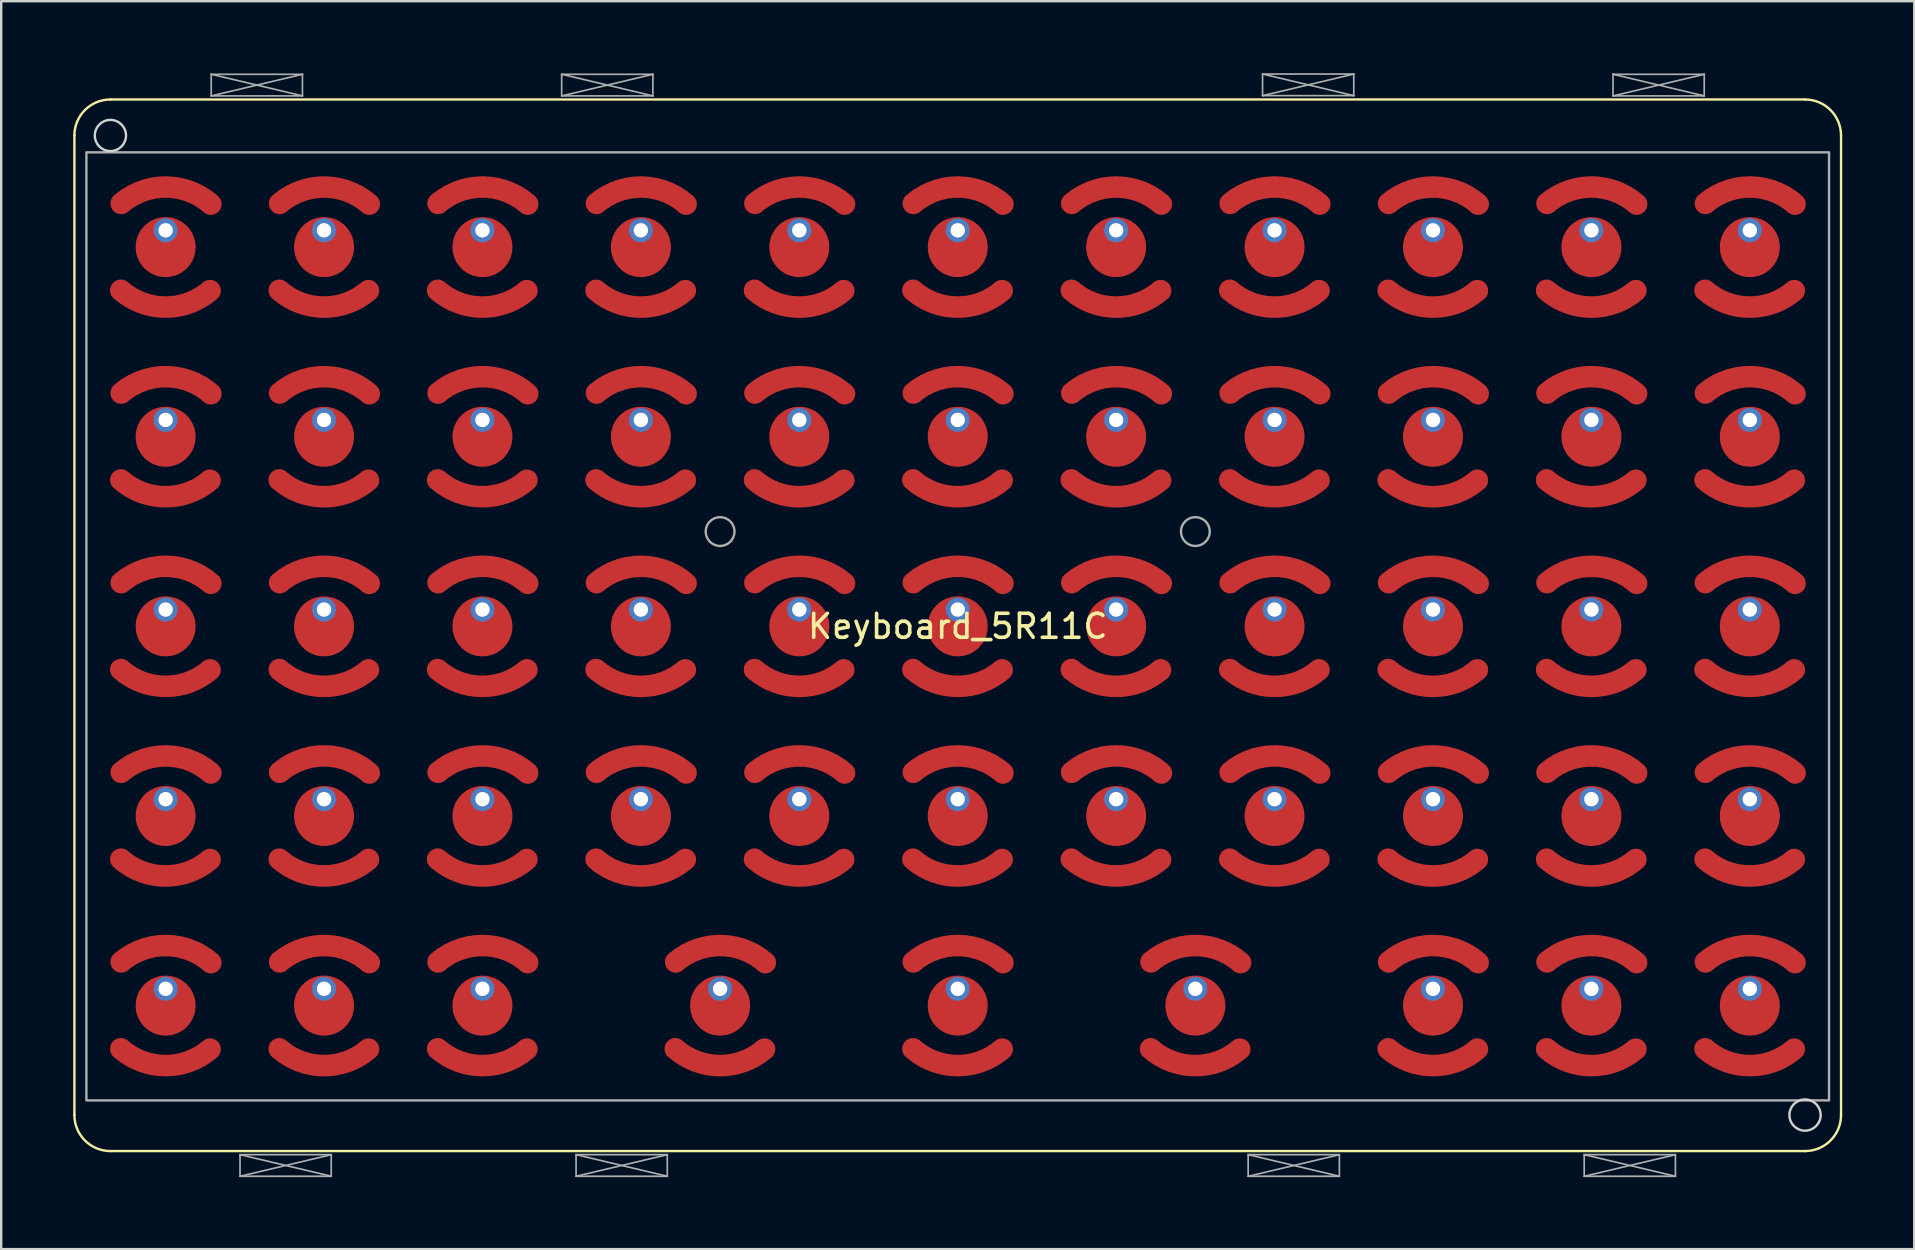
<source format=kicad_pcb>
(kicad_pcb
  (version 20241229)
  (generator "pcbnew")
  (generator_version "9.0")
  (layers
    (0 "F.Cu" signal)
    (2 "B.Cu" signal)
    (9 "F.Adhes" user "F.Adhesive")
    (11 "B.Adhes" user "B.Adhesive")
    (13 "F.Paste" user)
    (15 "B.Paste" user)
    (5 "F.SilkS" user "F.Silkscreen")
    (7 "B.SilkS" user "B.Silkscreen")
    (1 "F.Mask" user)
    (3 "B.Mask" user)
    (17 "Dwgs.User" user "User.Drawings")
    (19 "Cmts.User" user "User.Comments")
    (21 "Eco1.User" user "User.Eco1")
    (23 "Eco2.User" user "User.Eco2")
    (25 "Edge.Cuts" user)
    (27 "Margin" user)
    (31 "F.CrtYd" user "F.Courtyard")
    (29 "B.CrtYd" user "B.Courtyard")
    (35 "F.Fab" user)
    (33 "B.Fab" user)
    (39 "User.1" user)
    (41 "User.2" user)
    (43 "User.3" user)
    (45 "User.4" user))
  (footprint "Keyboard_5R11C"
    (layer "F.Cu")
    (at 36.85 23.045)
    (property "Reference" "Keyboard_5R11C" (at 0 0 0) (unlocked yes) (layer "F.SilkS") (effects (font (size 1 1) (thickness 0.15))))
    (attr smd)
    (fp_arc (start -31.150005 -13.986258) (mid -33.009623 -13.299989) (end -34.864543 -13.998858) (stroke (width 0.9) (type solid)) (layer "F.Cu"))
    (fp_arc (start -31.150005 -6.086258) (mid -33.009623 -5.399989) (end -34.864543 -6.098858) (stroke (width 0.9) (type solid)) (layer "F.Cu"))
    (fp_arc (start -31.150005 1.813742) (mid -33.009623 2.500011) (end -34.864543 1.801142) (stroke (width 0.9) (type solid)) (layer "F.Cu"))
    (fp_arc (start -31.150005 9.713742) (mid -33.009623 10.400011) (end -34.864543 9.701142) (stroke (width 0.9) (type solid)) (layer "F.Cu"))
    (fp_arc (start -31.150005 17.613742) (mid -33.009623 18.300011) (end -34.864543 17.601142) (stroke (width 0.9) (type solid)) (layer "F.Cu"))
    (fp_arc (start -24.550005 -13.986258) (mid -26.409623 -13.299989) (end -28.264543 -13.998858) (stroke (width 0.9) (type solid)) (layer "F.Cu"))
    (fp_arc (start -24.550005 -6.086258) (mid -26.409623 -5.399989) (end -28.264543 -6.098858) (stroke (width 0.9) (type solid)) (layer "F.Cu"))
    (fp_arc (start -24.550005 1.813742) (mid -26.409623 2.500011) (end -28.264543 1.801142) (stroke (width 0.9) (type solid)) (layer "F.Cu"))
    (fp_arc (start -24.550005 9.713742) (mid -26.409623 10.400011) (end -28.264543 9.701142) (stroke (width 0.9) (type solid)) (layer "F.Cu"))
    (fp_arc (start -24.550005 17.613742) (mid -26.409623 18.300011) (end -28.264543 17.601142) (stroke (width 0.9) (type solid)) (layer "F.Cu"))
    (fp_arc (start -17.950005 -13.986258) (mid -19.809623 -13.299989) (end -21.664543 -13.998858) (stroke (width 0.9) (type solid)) (layer "F.Cu"))
    (fp_arc (start -17.950005 -6.086258) (mid -19.809623 -5.399989) (end -21.664543 -6.098858) (stroke (width 0.9) (type solid)) (layer "F.Cu"))
    (fp_arc (start -17.950005 1.813742) (mid -19.809623 2.500011) (end -21.664543 1.801142) (stroke (width 0.9) (type solid)) (layer "F.Cu"))
    (fp_arc (start -17.950005 9.713742) (mid -19.809623 10.400011) (end -21.664543 9.701142) (stroke (width 0.9) (type solid)) (layer "F.Cu"))
    (fp_arc (start -17.950005 17.613742) (mid -19.809623 18.300011) (end -21.664543 17.601142) (stroke (width 0.9) (type solid)) (layer "F.Cu"))
    (fp_arc (start -11.350005 -13.986258) (mid -13.209623 -13.299989) (end -15.064543 -13.998858) (stroke (width 0.9) (type solid)) (layer "F.Cu"))
    (fp_arc (start -11.350005 -6.086258) (mid -13.209623 -5.399989) (end -15.064543 -6.098858) (stroke (width 0.9) (type solid)) (layer "F.Cu"))
    (fp_arc (start -11.350005 1.813742) (mid -13.209623 2.500011) (end -15.064543 1.801142) (stroke (width 0.9) (type solid)) (layer "F.Cu"))
    (fp_arc (start -11.350005 9.713742) (mid -13.209623 10.400011) (end -15.064543 9.701142) (stroke (width 0.9) (type solid)) (layer "F.Cu"))
    (fp_arc (start -8.050005 17.613742) (mid -9.909623 18.300011) (end -11.764543 17.601142) (stroke (width 0.9) (type solid)) (layer "F.Cu"))
    (fp_arc (start -4.750005 -13.986258) (mid -6.609623 -13.299989) (end -8.464543 -13.998858) (stroke (width 0.9) (type solid)) (layer "F.Cu"))
    (fp_arc (start -4.750005 -6.086258) (mid -6.609623 -5.399989) (end -8.464543 -6.098858) (stroke (width 0.9) (type solid)) (layer "F.Cu"))
    (fp_arc (start -4.750005 1.813742) (mid -6.609623 2.500011) (end -8.464543 1.801142) (stroke (width 0.9) (type solid)) (layer "F.Cu"))
    (fp_arc (start -4.750005 9.713742) (mid -6.609623 10.400011) (end -8.464543 9.701142) (stroke (width 0.9) (type solid)) (layer "F.Cu"))
    (fp_arc (start 1.849995 -13.986258) (mid -0.009623 -13.299989) (end -1.864543 -13.998858) (stroke (width 0.9) (type solid)) (layer "F.Cu"))
    (fp_arc (start 1.849995 -6.086258) (mid -0.009623 -5.399989) (end -1.864543 -6.098858) (stroke (width 0.9) (type solid)) (layer "F.Cu"))
    (fp_arc (start 1.849995 1.813742) (mid -0.009623 2.500011) (end -1.864543 1.801142) (stroke (width 0.9) (type solid)) (layer "F.Cu"))
    (fp_arc (start 1.849995 9.713742) (mid -0.009623 10.400011) (end -1.864543 9.701142) (stroke (width 0.9) (type solid)) (layer "F.Cu"))
    (fp_arc (start 1.849995 17.613742) (mid -0.009623 18.300011) (end -1.864543 17.601142) (stroke (width 0.9) (type solid)) (layer "F.Cu"))
    (fp_arc (start 8.449995 -13.986258) (mid 6.590377 -13.299989) (end 4.735457 -13.998858) (stroke (width 0.9) (type solid)) (layer "F.Cu"))
    (fp_arc (start 8.449995 -6.086258) (mid 6.590377 -5.399989) (end 4.735457 -6.098858) (stroke (width 0.9) (type solid)) (layer "F.Cu"))
    (fp_arc (start 8.449995 1.813742) (mid 6.590377 2.500011) (end 4.735457 1.801142) (stroke (width 0.9) (type solid)) (layer "F.Cu"))
    (fp_arc (start 8.449995 9.713742) (mid 6.590377 10.400011) (end 4.735457 9.701142) (stroke (width 0.9) (type solid)) (layer "F.Cu"))
    (fp_arc (start 11.749995 17.613742) (mid 9.890377 18.300011) (end 8.035457 17.601142) (stroke (width 0.9) (type solid)) (layer "F.Cu"))
    (fp_arc (start 15.049995 -13.986258) (mid 13.190377 -13.299989) (end 11.335457 -13.998858) (stroke (width 0.9) (type solid)) (layer "F.Cu"))
    (fp_arc (start 15.049995 -6.086258) (mid 13.190377 -5.399989) (end 11.335457 -6.098858) (stroke (width 0.9) (type solid)) (layer "F.Cu"))
    (fp_arc (start 15.049995 1.813742) (mid 13.190377 2.500011) (end 11.335457 1.801142) (stroke (width 0.9) (type solid)) (layer "F.Cu"))
    (fp_arc (start 15.049995 9.713742) (mid 13.190377 10.400011) (end 11.335457 9.701142) (stroke (width 0.9) (type solid)) (layer "F.Cu"))
    (fp_arc (start 21.649995 -13.986258) (mid 19.790377 -13.299989) (end 17.935457 -13.998858) (stroke (width 0.9) (type solid)) (layer "F.Cu"))
    (fp_arc (start 21.649995 -6.086258) (mid 19.790377 -5.399989) (end 17.935457 -6.098858) (stroke (width 0.9) (type solid)) (layer "F.Cu"))
    (fp_arc (start 21.649995 1.813742) (mid 19.790377 2.500011) (end 17.935457 1.801142) (stroke (width 0.9) (type solid)) (layer "F.Cu"))
    (fp_arc (start 21.649995 9.713742) (mid 19.790377 10.400011) (end 17.935457 9.701142) (stroke (width 0.9) (type solid)) (layer "F.Cu"))
    (fp_arc (start 21.649995 17.613742) (mid 19.790377 18.300011) (end 17.935457 17.601142) (stroke (width 0.9) (type solid)) (layer "F.Cu"))
    (fp_arc (start 28.249995 -13.986258) (mid 26.390377 -13.299989) (end 24.535457 -13.998858) (stroke (width 0.9) (type solid)) (layer "F.Cu"))
    (fp_arc (start 28.249995 -6.086258) (mid 26.390377 -5.399989) (end 24.535457 -6.098858) (stroke (width 0.9) (type solid)) (layer "F.Cu"))
    (fp_arc (start 28.249995 1.813742) (mid 26.390377 2.500011) (end 24.535457 1.801142) (stroke (width 0.9) (type solid)) (layer "F.Cu"))
    (fp_arc (start 28.249995 9.713742) (mid 26.390377 10.400011) (end 24.535457 9.701142) (stroke (width 0.9) (type solid)) (layer "F.Cu"))
    (fp_arc (start 28.249995 17.613742) (mid 26.390377 18.300011) (end 24.535457 17.601142) (stroke (width 0.9) (type solid)) (layer "F.Cu"))
    (fp_arc (start 34.849995 -13.986258) (mid 32.990377 -13.299989) (end 31.135457 -13.998858) (stroke (width 0.9) (type solid)) (layer "F.Cu"))
    (fp_arc (start 34.849995 -6.086258) (mid 32.990377 -5.399989) (end 31.135457 -6.098858) (stroke (width 0.9) (type solid)) (layer "F.Cu"))
    (fp_arc (start 34.849995 1.813742) (mid 32.990377 2.500011) (end 31.135457 1.801142) (stroke (width 0.9) (type solid)) (layer "F.Cu"))
    (fp_arc (start 34.849995 9.713742) (mid 32.990377 10.400011) (end 31.135457 9.701142) (stroke (width 0.9) (type solid)) (layer "F.Cu"))
    (fp_arc (start 34.849995 17.613742) (mid 32.990377 18.300011) (end 31.135457 17.601142) (stroke (width 0.9) (type solid)) (layer "F.Cu"))
    (fp_arc (start -31.150005 -13.986258) (mid -33.009623 -13.299989) (end -34.864543 -13.998858) (stroke (width 0.9) (type solid)) (layer "F.Mask"))
    (fp_arc (start -31.150005 -6.086258) (mid -33.009623 -5.399989) (end -34.864543 -6.098858) (stroke (width 0.9) (type solid)) (layer "F.Mask"))
    (fp_arc (start -31.150005 1.813742) (mid -33.009623 2.500011) (end -34.864543 1.801142) (stroke (width 0.9) (type solid)) (layer "F.Mask"))
    (fp_arc (start -31.150005 9.713742) (mid -33.009623 10.400011) (end -34.864543 9.701142) (stroke (width 0.9) (type solid)) (layer "F.Mask"))
    (fp_arc (start -31.150005 17.613742) (mid -33.009623 18.300011) (end -34.864543 17.601142) (stroke (width 0.9) (type solid)) (layer "F.Mask"))
    (fp_arc (start -24.550005 -13.986258) (mid -26.409623 -13.299989) (end -28.264543 -13.998858) (stroke (width 0.9) (type solid)) (layer "F.Mask"))
    (fp_arc (start -24.550005 -6.086258) (mid -26.409623 -5.399989) (end -28.264543 -6.098858) (stroke (width 0.9) (type solid)) (layer "F.Mask"))
    (fp_arc (start -24.550005 1.813742) (mid -26.409623 2.500011) (end -28.264543 1.801142) (stroke (width 0.9) (type solid)) (layer "F.Mask"))
    (fp_arc (start -24.550005 9.713742) (mid -26.409623 10.400011) (end -28.264543 9.701142) (stroke (width 0.9) (type solid)) (layer "F.Mask"))
    (fp_arc (start -24.550005 17.613742) (mid -26.409623 18.300011) (end -28.264543 17.601142) (stroke (width 0.9) (type solid)) (layer "F.Mask"))
    (fp_arc (start -17.950005 -13.986258) (mid -19.809623 -13.299989) (end -21.664543 -13.998858) (stroke (width 0.9) (type solid)) (layer "F.Mask"))
    (fp_arc (start -17.950005 -6.086258) (mid -19.809623 -5.399989) (end -21.664543 -6.098858) (stroke (width 0.9) (type solid)) (layer "F.Mask"))
    (fp_arc (start -17.950005 1.813742) (mid -19.809623 2.500011) (end -21.664543 1.801142) (stroke (width 0.9) (type solid)) (layer "F.Mask"))
    (fp_arc (start -17.950005 9.713742) (mid -19.809623 10.400011) (end -21.664543 9.701142) (stroke (width 0.9) (type solid)) (layer "F.Mask"))
    (fp_arc (start -17.950005 17.613742) (mid -19.809623 18.300011) (end -21.664543 17.601142) (stroke (width 0.9) (type solid)) (layer "F.Mask"))
    (fp_arc (start -11.350005 -13.986258) (mid -13.209623 -13.299989) (end -15.064543 -13.998858) (stroke (width 0.9) (type solid)) (layer "F.Mask"))
    (fp_arc (start -11.350005 -6.086258) (mid -13.209623 -5.399989) (end -15.064543 -6.098858) (stroke (width 0.9) (type solid)) (layer "F.Mask"))
    (fp_arc (start -11.350005 1.813742) (mid -13.209623 2.500011) (end -15.064543 1.801142) (stroke (width 0.9) (type solid)) (layer "F.Mask"))
    (fp_arc (start -11.350005 9.713742) (mid -13.209623 10.400011) (end -15.064543 9.701142) (stroke (width 0.9) (type solid)) (layer "F.Mask"))
    (fp_arc (start -8.050005 17.613742) (mid -9.909623 18.300011) (end -11.764542 17.601142) (stroke (width 0.9) (type solid)) (layer "F.Mask"))
    (fp_arc (start -4.750005 -13.986258) (mid -6.609623 -13.299989) (end -8.464543 -13.998858) (stroke (width 0.9) (type solid)) (layer "F.Mask"))
    (fp_arc (start -4.750005 -6.086258) (mid -6.609623 -5.399989) (end -8.464543 -6.098858) (stroke (width 0.9) (type solid)) (layer "F.Mask"))
    (fp_arc (start -4.750005 1.813742) (mid -6.609623 2.500011) (end -8.464543 1.801142) (stroke (width 0.9) (type solid)) (layer "F.Mask"))
    (fp_arc (start -4.750005 9.713742) (mid -6.609623 10.400011) (end -8.464543 9.701142) (stroke (width 0.9) (type solid)) (layer "F.Mask"))
    (fp_arc (start 1.849995 -13.986258) (mid -0.009623 -13.299989) (end -1.864543 -13.998858) (stroke (width 0.9) (type solid)) (layer "F.Mask"))
    (fp_arc (start 1.849995 -6.086258) (mid -0.009623 -5.399989) (end -1.864543 -6.098858) (stroke (width 0.9) (type solid)) (layer "F.Mask"))
    (fp_arc (start 1.849995 1.813742) (mid -0.009623 2.500011) (end -1.864543 1.801142) (stroke (width 0.9) (type solid)) (layer "F.Mask"))
    (fp_arc (start 1.849995 9.713742) (mid -0.009623 10.400011) (end -1.864543 9.701142) (stroke (width 0.9) (type solid)) (layer "F.Mask"))
    (fp_arc (start 1.849995 17.613742) (mid -0.009623 18.300011) (end -1.864542 17.601142) (stroke (width 0.9) (type solid)) (layer "F.Mask"))
    (fp_arc (start 8.449995 -13.986258) (mid 6.590377 -13.299989) (end 4.735457 -13.998858) (stroke (width 0.9) (type solid)) (layer "F.Mask"))
    (fp_arc (start 8.449995 -6.086258) (mid 6.590377 -5.399989) (end 4.735457 -6.098858) (stroke (width 0.9) (type solid)) (layer "F.Mask"))
    (fp_arc (start 8.449995 1.813742) (mid 6.590377 2.500011) (end 4.735457 1.801142) (stroke (width 0.9) (type solid)) (layer "F.Mask"))
    (fp_arc (start 8.449995 9.713742) (mid 6.590377 10.400011) (end 4.735457 9.701142) (stroke (width 0.9) (type solid)) (layer "F.Mask"))
    (fp_arc (start 11.749995 17.613742) (mid 9.890377 18.300011) (end 8.035457 17.601142) (stroke (width 0.9) (type solid)) (layer "F.Mask"))
    (fp_arc (start 15.049995 -13.986258) (mid 13.190377 -13.299989) (end 11.335457 -13.998858) (stroke (width 0.9) (type solid)) (layer "F.Mask"))
    (fp_arc (start 15.049995 -6.086258) (mid 13.190377 -5.399989) (end 11.335457 -6.098858) (stroke (width 0.9) (type solid)) (layer "F.Mask"))
    (fp_arc (start 15.049995 1.813742) (mid 13.190377 2.500011) (end 11.335457 1.801142) (stroke (width 0.9) (type solid)) (layer "F.Mask"))
    (fp_arc (start 15.049995 9.713742) (mid 13.190377 10.400011) (end 11.335457 9.701142) (stroke (width 0.9) (type solid)) (layer "F.Mask"))
    (fp_arc (start 21.649995 -13.986258) (mid 19.790377 -13.299989) (end 17.935457 -13.998858) (stroke (width 0.9) (type solid)) (layer "F.Mask"))
    (fp_arc (start 21.649995 -6.086258) (mid 19.790377 -5.399989) (end 17.935457 -6.098858) (stroke (width 0.9) (type solid)) (layer "F.Mask"))
    (fp_arc (start 21.649995 1.813742) (mid 19.790377 2.500011) (end 17.935457 1.801142) (stroke (width 0.9) (type solid)) (layer "F.Mask"))
    (fp_arc (start 21.649995 9.713742) (mid 19.790377 10.400011) (end 17.935457 9.701142) (stroke (width 0.9) (type solid)) (layer "F.Mask"))
    (fp_arc (start 21.649995 17.613742) (mid 19.790377 18.300011) (end 17.935457 17.601142) (stroke (width 0.9) (type solid)) (layer "F.Mask"))
    (fp_arc (start 28.249995 -13.986258) (mid 26.390377 -13.299989) (end 24.535457 -13.998858) (stroke (width 0.9) (type solid)) (layer "F.Mask"))
    (fp_arc (start 28.249995 -6.086258) (mid 26.390377 -5.399989) (end 24.535457 -6.098858) (stroke (width 0.9) (type solid)) (layer "F.Mask"))
    (fp_arc (start 28.249995 1.813742) (mid 26.390377 2.500011) (end 24.535457 1.801142) (stroke (width 0.9) (type solid)) (layer "F.Mask"))
    (fp_arc (start 28.249995 9.713742) (mid 26.390377 10.400011) (end 24.535457 9.701142) (stroke (width 0.9) (type solid)) (layer "F.Mask"))
    (fp_arc (start 28.249995 17.613742) (mid 26.390377 18.300011) (end 24.535457 17.601142) (stroke (width 0.9) (type solid)) (layer "F.Mask"))
    (fp_arc (start 34.849995 -13.986258) (mid 32.990377 -13.299989) (end 31.135457 -13.998858) (stroke (width 0.9) (type solid)) (layer "F.Mask"))
    (fp_arc (start 34.849995 -6.086258) (mid 32.990377 -5.399989) (end 31.135457 -6.098858) (stroke (width 0.9) (type solid)) (layer "F.Mask"))
    (fp_arc (start 34.849995 1.813742) (mid 32.990377 2.500011) (end 31.135457 1.801142) (stroke (width 0.9) (type solid)) (layer "F.Mask"))
    (fp_arc (start 34.849995 9.713742) (mid 32.990377 10.400011) (end 31.135457 9.701142) (stroke (width 0.9) (type solid)) (layer "F.Mask"))
    (fp_arc (start 34.849995 17.613742) (mid 32.990377 18.300011) (end 31.135457 17.601142) (stroke (width 0.9) (type solid)) (layer "F.Mask"))
    (fp_poly (pts (xy -33 -18.6) (xy -30.75 -17.6) (xy -30.75 -14) (xy -33 -13) (xy -35.25 -14) (xy -35.25 -17.6)) (stroke (width 0.05) (type solid)) (fill yes) (layer "F.Mask"))
    (fp_poly (pts (xy -33 -10.7) (xy -30.75 -9.7) (xy -30.75 -6.1) (xy -33 -5.1) (xy -35.25 -6.1) (xy -35.25 -9.7)) (stroke (width 0.05) (type solid)) (fill yes) (layer "F.Mask"))
    (fp_poly (pts (xy -33 -2.8) (xy -30.75 -1.8) (xy -30.75 1.8) (xy -33 2.8) (xy -35.25 1.8) (xy -35.25 -1.8)) (stroke (width 0.05) (type solid)) (fill yes) (layer "F.Mask"))
    (fp_poly (pts (xy -33 5.1) (xy -30.75 6.1) (xy -30.75 9.7) (xy -33 10.7) (xy -35.25 9.7) (xy -35.25 6.1)) (stroke (width 0.05) (type solid)) (fill yes) (layer "F.Mask"))
    (fp_poly (pts (xy -33 13) (xy -30.75 14) (xy -30.75 17.6) (xy -33 18.6) (xy -35.25 17.6) (xy -35.25 14)) (stroke (width 0.05) (type solid)) (fill yes) (layer "F.Mask"))
    (fp_poly (pts (xy -26.4 -18.6) (xy -24.15 -17.6) (xy -24.15 -14) (xy -26.4 -13) (xy -28.65 -14) (xy -28.65 -17.6)) (stroke (width 0.05) (type solid)) (fill yes) (layer "F.Mask"))
    (fp_poly (pts (xy -26.4 -10.7) (xy -24.15 -9.7) (xy -24.15 -6.1) (xy -26.4 -5.1) (xy -28.65 -6.1) (xy -28.65 -9.7)) (stroke (width 0.05) (type solid)) (fill yes) (layer "F.Mask"))
    (fp_poly (pts (xy -26.4 -2.8) (xy -24.15 -1.8) (xy -24.15 1.8) (xy -26.4 2.8) (xy -28.65 1.8) (xy -28.65 -1.8)) (stroke (width 0.05) (type solid)) (fill yes) (layer "F.Mask"))
    (fp_poly (pts (xy -26.4 5.1) (xy -24.15 6.1) (xy -24.15 9.7) (xy -26.4 10.7) (xy -28.65 9.7) (xy -28.65 6.1)) (stroke (width 0.05) (type solid)) (fill yes) (layer "F.Mask"))
    (fp_poly (pts (xy -26.4 13) (xy -24.15 14) (xy -24.15 17.6) (xy -26.4 18.6) (xy -28.65 17.6) (xy -28.65 14)) (stroke (width 0.05) (type solid)) (fill yes) (layer "F.Mask"))
    (fp_poly (pts (xy -19.8 -18.6) (xy -17.55 -17.6) (xy -17.55 -14) (xy -19.8 -13) (xy -22.05 -14) (xy -22.05 -17.6)) (stroke (width 0.05) (type solid)) (fill yes) (layer "F.Mask"))
    (fp_poly (pts (xy -19.8 -10.7) (xy -17.55 -9.7) (xy -17.55 -6.1) (xy -19.8 -5.1) (xy -22.05 -6.1) (xy -22.05 -9.7)) (stroke (width 0.05) (type solid)) (fill yes) (layer "F.Mask"))
    (fp_poly (pts (xy -19.8 -2.8) (xy -17.55 -1.8) (xy -17.55 1.8) (xy -19.8 2.8) (xy -22.05 1.8) (xy -22.05 -1.8)) (stroke (width 0.05) (type solid)) (fill yes) (layer "F.Mask"))
    (fp_poly (pts (xy -19.8 5.1) (xy -17.55 6.1) (xy -17.55 9.7) (xy -19.8 10.7) (xy -22.05 9.7) (xy -22.05 6.1)) (stroke (width 0.05) (type solid)) (fill yes) (layer "F.Mask"))
    (fp_poly (pts (xy -19.8 13) (xy -17.55 14) (xy -17.55 17.6) (xy -19.8 18.6) (xy -22.05 17.6) (xy -22.05 14)) (stroke (width 0.05) (type solid)) (fill yes) (layer "F.Mask"))
    (fp_poly (pts (xy -13.2 -18.6) (xy -10.95 -17.6) (xy -10.95 -14) (xy -13.2 -13) (xy -15.45 -14) (xy -15.45 -17.6)) (stroke (width 0.05) (type solid)) (fill yes) (layer "F.Mask"))
    (fp_poly (pts (xy -13.2 -10.7) (xy -10.95 -9.7) (xy -10.95 -6.1) (xy -13.2 -5.1) (xy -15.45 -6.1) (xy -15.45 -9.7)) (stroke (width 0.05) (type solid)) (fill yes) (layer "F.Mask"))
    (fp_poly (pts (xy -13.2 -2.8) (xy -10.95 -1.8) (xy -10.95 1.8) (xy -13.2 2.8) (xy -15.45 1.8) (xy -15.45 -1.8)) (stroke (width 0.05) (type solid)) (fill yes) (layer "F.Mask"))
    (fp_poly (pts (xy -13.2 5.1) (xy -10.95 6.1) (xy -10.95 9.7) (xy -13.2 10.7) (xy -15.45 9.7) (xy -15.45 6.1)) (stroke (width 0.05) (type solid)) (fill yes) (layer "F.Mask"))
    (fp_poly (pts (xy -9.9 13) (xy -7.65 14) (xy -7.65 17.6) (xy -9.9 18.6) (xy -12.15 17.6) (xy -12.15 14)) (stroke (width 0.05) (type solid)) (fill yes) (layer "F.Mask"))
    (fp_poly (pts (xy -6.6 -18.6) (xy -4.35 -17.6) (xy -4.35 -14) (xy -6.6 -13) (xy -8.85 -14) (xy -8.85 -17.6)) (stroke (width 0.05) (type solid)) (fill yes) (layer "F.Mask"))
    (fp_poly (pts (xy -6.6 -10.7) (xy -4.35 -9.7) (xy -4.35 -6.1) (xy -6.6 -5.1) (xy -8.85 -6.1) (xy -8.85 -9.7)) (stroke (width 0.05) (type solid)) (fill yes) (layer "F.Mask"))
    (fp_poly (pts (xy -6.6 -2.8) (xy -4.35 -1.8) (xy -4.35 1.8) (xy -6.6 2.8) (xy -8.85 1.8) (xy -8.85 -1.8)) (stroke (width 0.05) (type solid)) (fill yes) (layer "F.Mask"))
    (fp_poly (pts (xy -6.6 5.1) (xy -4.35 6.1) (xy -4.35 9.7) (xy -6.6 10.7) (xy -8.85 9.7) (xy -8.85 6.1)) (stroke (width 0.05) (type solid)) (fill yes) (layer "F.Mask"))
    (fp_poly (pts (xy 0 -18.6) (xy 2.25 -17.6) (xy 2.25 -14) (xy 0 -13) (xy -2.25 -14) (xy -2.25 -17.6)) (stroke (width 0.05) (type solid)) (fill yes) (layer "F.Mask"))
    (fp_poly (pts (xy 0 -10.7) (xy 2.25 -9.7) (xy 2.25 -6.1) (xy 0 -5.1) (xy -2.25 -6.1) (xy -2.25 -9.7)) (stroke (width 0.05) (type solid)) (fill yes) (layer "F.Mask"))
    (fp_poly (pts (xy 0 -2.8) (xy 2.25 -1.8) (xy 2.25 1.8) (xy 0 2.8) (xy -2.25 1.8) (xy -2.25 -1.8)) (stroke (width 0.05) (type solid)) (fill yes) (layer "F.Mask"))
    (fp_poly (pts (xy 0 5.1) (xy 2.25 6.1) (xy 2.25 9.7) (xy 0 10.7) (xy -2.25 9.7) (xy -2.25 6.1)) (stroke (width 0.05) (type solid)) (fill yes) (layer "F.Mask"))
    (fp_poly (pts (xy 0 13) (xy 2.25 14) (xy 2.25 17.6) (xy 0 18.6) (xy -2.25 17.6) (xy -2.25 14)) (stroke (width 0.05) (type solid)) (fill yes) (layer "F.Mask"))
    (fp_poly (pts (xy 6.6 -18.6) (xy 8.85 -17.6) (xy 8.85 -14) (xy 6.6 -13) (xy 4.35 -14) (xy 4.35 -17.6)) (stroke (width 0.05) (type solid)) (fill yes) (layer "F.Mask"))
    (fp_poly (pts (xy 6.6 -10.7) (xy 8.85 -9.7) (xy 8.85 -6.1) (xy 6.6 -5.1) (xy 4.35 -6.1) (xy 4.35 -9.7)) (stroke (width 0.05) (type solid)) (fill yes) (layer "F.Mask"))
    (fp_poly (pts (xy 6.6 -2.8) (xy 8.85 -1.8) (xy 8.85 1.8) (xy 6.6 2.8) (xy 4.35 1.8) (xy 4.35 -1.8)) (stroke (width 0.05) (type solid)) (fill yes) (layer "F.Mask"))
    (fp_poly (pts (xy 6.6 5.1) (xy 8.85 6.1) (xy 8.85 9.7) (xy 6.6 10.7) (xy 4.35 9.7) (xy 4.35 6.1)) (stroke (width 0.05) (type solid)) (fill yes) (layer "F.Mask"))
    (fp_poly (pts (xy 9.9 13) (xy 12.15 14) (xy 12.15 17.6) (xy 9.9 18.6) (xy 7.65 17.6) (xy 7.65 14)) (stroke (width 0.05) (type solid)) (fill yes) (layer "F.Mask"))
    (fp_poly (pts (xy 13.2 -18.6) (xy 15.45 -17.6) (xy 15.45 -14) (xy 13.2 -13) (xy 10.95 -14) (xy 10.95 -17.6)) (stroke (width 0.05) (type solid)) (fill yes) (layer "F.Mask"))
    (fp_poly (pts (xy 13.2 -10.7) (xy 15.45 -9.7) (xy 15.45 -6.1) (xy 13.2 -5.1) (xy 10.95 -6.1) (xy 10.95 -9.7)) (stroke (width 0.05) (type solid)) (fill yes) (layer "F.Mask"))
    (fp_poly (pts (xy 13.2 -2.8) (xy 15.45 -1.8) (xy 15.45 1.8) (xy 13.2 2.8) (xy 10.95 1.8) (xy 10.95 -1.8)) (stroke (width 0.05) (type solid)) (fill yes) (layer "F.Mask"))
    (fp_poly (pts (xy 13.2 5.15) (xy 15.45 6.15) (xy 15.45 9.75) (xy 13.2 10.75) (xy 10.95 9.75) (xy 10.95 6.15)) (stroke (width 0.05) (type solid)) (fill yes) (layer "F.Mask"))
    (fp_poly (pts (xy 19.8 -18.6) (xy 22.05 -17.6) (xy 22.05 -14) (xy 19.8 -13) (xy 17.55 -14) (xy 17.55 -17.6)) (stroke (width 0.05) (type solid)) (fill yes) (layer "F.Mask"))
    (fp_poly (pts (xy 19.8 -10.7) (xy 22.05 -9.7) (xy 22.05 -6.1) (xy 19.8 -5.1) (xy 17.55 -6.1) (xy 17.55 -9.7)) (stroke (width 0.05) (type solid)) (fill yes) (layer "F.Mask"))
    (fp_poly (pts (xy 19.8 -2.8) (xy 22.05 -1.8) (xy 22.05 1.8) (xy 19.8 2.8) (xy 17.55 1.8) (xy 17.55 -1.8)) (stroke (width 0.05) (type solid)) (fill yes) (layer "F.Mask"))
    (fp_poly (pts (xy 19.8 5.1) (xy 22.05 6.1) (xy 22.05 9.7) (xy 19.8 10.7) (xy 17.55 9.7) (xy 17.55 6.1)) (stroke (width 0.05) (type solid)) (fill yes) (layer "F.Mask"))
    (fp_poly (pts (xy 19.8 13) (xy 22.05 14) (xy 22.05 17.6) (xy 19.8 18.6) (xy 17.55 17.6) (xy 17.55 14)) (stroke (width 0.05) (type solid)) (fill yes) (layer "F.Mask"))
    (fp_poly (pts (xy 26.4 -18.6) (xy 28.65 -17.6) (xy 28.65 -14) (xy 26.4 -13) (xy 24.15 -14) (xy 24.15 -17.6)) (stroke (width 0.05) (type solid)) (fill yes) (layer "F.Mask"))
    (fp_poly (pts (xy 26.4 -10.7) (xy 28.65 -9.7) (xy 28.65 -6.1) (xy 26.4 -5.1) (xy 24.15 -6.1) (xy 24.15 -9.7)) (stroke (width 0.05) (type solid)) (fill yes) (layer "F.Mask"))
    (fp_poly (pts (xy 26.4 -2.8) (xy 28.65 -1.8) (xy 28.65 1.8) (xy 26.4 2.8) (xy 24.15 1.8) (xy 24.15 -1.8)) (stroke (width 0.05) (type solid)) (fill yes) (layer "F.Mask"))
    (fp_poly (pts (xy 26.4 5.1) (xy 28.65 6.1) (xy 28.65 9.7) (xy 26.4 10.7) (xy 24.15 9.7) (xy 24.15 6.1)) (stroke (width 0.05) (type solid)) (fill yes) (layer "F.Mask"))
    (fp_poly (pts (xy 26.4 13) (xy 28.65 14) (xy 28.65 17.6) (xy 26.4 18.6) (xy 24.15 17.6) (xy 24.15 14)) (stroke (width 0.05) (type solid)) (fill yes) (layer "F.Mask"))
    (fp_poly (pts (xy 33 -18.6) (xy 35.25 -17.6) (xy 35.25 -14) (xy 33 -13) (xy 30.75 -14) (xy 30.75 -17.6)) (stroke (width 0.05) (type solid)) (fill yes) (layer "F.Mask"))
    (fp_poly (pts (xy 33 -10.7) (xy 35.25 -9.7) (xy 35.25 -6.1) (xy 33 -5.1) (xy 30.75 -6.1) (xy 30.75 -9.7)) (stroke (width 0.05) (type solid)) (fill yes) (layer "F.Mask"))
    (fp_poly (pts (xy 33 -2.8) (xy 35.25 -1.8) (xy 35.25 1.8) (xy 33 2.8) (xy 30.75 1.8) (xy 30.75 -1.8)) (stroke (width 0.05) (type solid)) (fill yes) (layer "F.Mask"))
    (fp_poly (pts (xy 33 5.1) (xy 35.25 6.1) (xy 35.25 9.7) (xy 33 10.7) (xy 30.75 9.7) (xy 30.75 6.1)) (stroke (width 0.05) (type solid)) (fill yes) (layer "F.Mask"))
    (fp_poly (pts (xy 33 13) (xy 35.25 14) (xy 35.25 17.6) (xy 33 18.6) (xy 30.75 17.6) (xy 30.75 14)) (stroke (width 0.05) (type solid)) (fill yes) (layer "F.Mask"))
    (fp_line (start -36.8 -20.45) (end -36.8 20.36) (stroke (width 0.1) (type solid)) (layer "F.SilkS"))
    (fp_line (start -35.3 21.86) (end 35.3 21.86) (stroke (width 0.1) (type solid)) (layer "F.SilkS"))
    (fp_line (start 35.3 -21.95) (end -35.3 -21.95) (stroke (width 0.1) (type solid)) (layer "F.SilkS"))
    (fp_line (start 36.8 20.36) (end 36.8 -20.45) (stroke (width 0.1) (type solid)) (layer "F.SilkS"))
    (fp_arc (start -36.8 -20.45) (mid -36.36066 -21.51066) (end -35.3 -21.95) (stroke (width 0.1) (type default)) (layer "F.SilkS"))
    (fp_arc (start -35.3 21.86) (mid -36.36066 21.42066) (end -36.8 20.36) (stroke (width 0.1) (type default)) (layer "F.SilkS"))
    (fp_arc (start 35.3 -21.95) (mid 36.36066 -21.51066) (end 36.8 -20.45) (stroke (width 0.1) (type default)) (layer "F.SilkS"))
    (fp_arc (start 36.8 20.36) (mid 36.36066 21.42066) (end 35.3 21.86) (stroke (width 0.1) (type default)) (layer "F.SilkS"))
    (fp_circle (center -35.3 -20.45) (end -34.65 -20.45) (stroke (width 0.1) (type default)) (fill no) (layer "Edge.Cuts"))
    (fp_circle (center 35.3 20.36) (end 35.95 20.36) (stroke (width 0.1) (type default)) (fill no) (layer "Edge.Cuts"))
    (fp_line (start -31.1 -23) (end -27.3 -23) (stroke (width 0.07) (type solid)) (layer "F.Fab"))
    (fp_line (start -31.1 -23) (end -27.3 -22.1) (stroke (width 0.07) (type default)) (layer "F.Fab"))
    (fp_line (start -31.1 -22.1) (end -31.1 -23) (stroke (width 0.07) (type solid)) (layer "F.Fab"))
    (fp_line (start -29.9 22.01) (end -26.1 22.01) (stroke (width 0.07) (type solid)) (layer "F.Fab"))
    (fp_line (start -29.9 22.01) (end -26.1 22.91) (stroke (width 0.07) (type default)) (layer "F.Fab"))
    (fp_line (start -29.9 22.91) (end -29.9 22.01) (stroke (width 0.07) (type solid)) (layer "F.Fab"))
    (fp_line (start -27.3 -23) (end -31.1 -22.1) (stroke (width 0.07) (type default)) (layer "F.Fab"))
    (fp_line (start -27.3 -23) (end -27.3 -22.1) (stroke (width 0.07) (type solid)) (layer "F.Fab"))
    (fp_line (start -27.3 -22.1) (end -31.1 -22.1) (stroke (width 0.07) (type solid)) (layer "F.Fab"))
    (fp_line (start -26.1 22.01) (end -29.9 22.91) (stroke (width 0.07) (type default)) (layer "F.Fab"))
    (fp_line (start -26.1 22.01) (end -26.1 22.91) (stroke (width 0.07) (type solid)) (layer "F.Fab"))
    (fp_line (start -26.1 22.91) (end -29.9 22.91) (stroke (width 0.07) (type solid)) (layer "F.Fab"))
    (fp_line (start -16.5 -23) (end -12.7 -23) (stroke (width 0.07) (type solid)) (layer "F.Fab"))
    (fp_line (start -16.5 -23) (end -12.7 -22.1) (stroke (width 0.07) (type default)) (layer "F.Fab"))
    (fp_line (start -16.5 -22.1) (end -16.5 -23) (stroke (width 0.07) (type solid)) (layer "F.Fab"))
    (fp_line (start -15.9 22.01) (end -12.1 22.01) (stroke (width 0.07) (type solid)) (layer "F.Fab"))
    (fp_line (start -15.9 22.01) (end -12.1 22.91) (stroke (width 0.07) (type default)) (layer "F.Fab"))
    (fp_line (start -15.9 22.91) (end -15.9 22.01) (stroke (width 0.07) (type solid)) (layer "F.Fab"))
    (fp_line (start -12.7 -23) (end -16.5 -22.1) (stroke (width 0.07) (type default)) (layer "F.Fab"))
    (fp_line (start -12.7 -23) (end -12.7 -22.1) (stroke (width 0.07) (type solid)) (layer "F.Fab"))
    (fp_line (start -12.7 -22.1) (end -16.5 -22.1) (stroke (width 0.07) (type solid)) (layer "F.Fab"))
    (fp_line (start -12.1 22.01) (end -15.9 22.91) (stroke (width 0.07) (type default)) (layer "F.Fab"))
    (fp_line (start -12.1 22.01) (end -12.1 22.91) (stroke (width 0.07) (type solid)) (layer "F.Fab"))
    (fp_line (start -12.1 22.91) (end -15.9 22.91) (stroke (width 0.07) (type solid)) (layer "F.Fab"))
    (fp_line (start 12.1 22.01) (end 15.9 22.01) (stroke (width 0.07) (type solid)) (layer "F.Fab"))
    (fp_line (start 12.1 22.01) (end 15.9 22.91) (stroke (width 0.07) (type default)) (layer "F.Fab"))
    (fp_line (start 12.1 22.91) (end 12.1 22.01) (stroke (width 0.07) (type solid)) (layer "F.Fab"))
    (fp_line (start 12.7 -23.01) (end 16.5 -23.01) (stroke (width 0.07) (type solid)) (layer "F.Fab"))
    (fp_line (start 12.7 -23.01) (end 16.5 -22.11) (stroke (width 0.07) (type default)) (layer "F.Fab"))
    (fp_line (start 12.7 -22.11) (end 12.7 -23.01) (stroke (width 0.07) (type solid)) (layer "F.Fab"))
    (fp_line (start 15.9 22.01) (end 12.1 22.91) (stroke (width 0.07) (type default)) (layer "F.Fab"))
    (fp_line (start 15.9 22.01) (end 15.9 22.91) (stroke (width 0.07) (type solid)) (layer "F.Fab"))
    (fp_line (start 15.9 22.91) (end 12.1 22.91) (stroke (width 0.07) (type solid)) (layer "F.Fab"))
    (fp_line (start 16.5 -23.01) (end 12.7 -22.11) (stroke (width 0.07) (type default)) (layer "F.Fab"))
    (fp_line (start 16.5 -23.01) (end 16.5 -22.11) (stroke (width 0.07) (type solid)) (layer "F.Fab"))
    (fp_line (start 16.5 -22.11) (end 12.7 -22.11) (stroke (width 0.07) (type solid)) (layer "F.Fab"))
    (fp_line (start 26.1 22.01) (end 29.9 22.01) (stroke (width 0.07) (type solid)) (layer "F.Fab"))
    (fp_line (start 26.1 22.01) (end 29.9 22.91) (stroke (width 0.07) (type default)) (layer "F.Fab"))
    (fp_line (start 26.1 22.91) (end 26.1 22.01) (stroke (width 0.07) (type solid)) (layer "F.Fab"))
    (fp_line (start 27.3 -23) (end 31.1 -23) (stroke (width 0.07) (type solid)) (layer "F.Fab"))
    (fp_line (start 27.3 -23) (end 31.1 -22.1) (stroke (width 0.07) (type default)) (layer "F.Fab"))
    (fp_line (start 27.3 -22.1) (end 27.3 -23) (stroke (width 0.07) (type solid)) (layer "F.Fab"))
    (fp_line (start 29.9 22.01) (end 26.1 22.91) (stroke (width 0.07) (type default)) (layer "F.Fab"))
    (fp_line (start 29.9 22.01) (end 29.9 22.91) (stroke (width 0.07) (type solid)) (layer "F.Fab"))
    (fp_line (start 29.9 22.91) (end 26.1 22.91) (stroke (width 0.07) (type solid)) (layer "F.Fab"))
    (fp_line (start 31.1 -23) (end 27.3 -22.1) (stroke (width 0.07) (type default)) (layer "F.Fab"))
    (fp_line (start 31.1 -23) (end 31.1 -22.1) (stroke (width 0.07) (type solid)) (layer "F.Fab"))
    (fp_line (start 31.1 -22.1) (end 27.3 -22.1) (stroke (width 0.07) (type solid)) (layer "F.Fab"))
    (fp_rect (start -36.3 -19.75) (end 36.3 19.75) (stroke (width 0.1) (type solid)) (fill no) (layer "F.Fab"))
    (fp_circle (center -9.9 -3.95) (end -9.3 -3.95) (stroke (width 0.1) (type default)) (fill no) (layer "F.Fab"))
    (fp_circle (center 9.9 -3.95) (end 10.5 -3.95) (stroke (width 0.1) (type default)) (fill no) (layer "F.Fab"))
    (pad "C0" thru_hole circle (at -33 -16.5 90) (size 1 1) (drill 0.6) (layers "*.Cu"))
    (pad "C0" smd circle (at -33 -15.8 90) (size 2.5 2.5) (layers "F.Cu" "F.Mask"))
    (pad "C0" thru_hole circle (at -33 -8.6 90) (size 1 1) (drill 0.6) (layers "*.Cu"))
    (pad "C0" smd circle (at -33 -7.9 90) (size 2.5 2.5) (layers "F.Cu" "F.Mask"))
    (pad "C0" thru_hole circle (at -33 -0.7 90) (size 1 1) (drill 0.6) (layers "*.Cu"))
    (pad "C0" smd circle (at -33 0 90) (size 2.5 2.5) (layers "F.Cu" "F.Mask"))
    (pad "C0" thru_hole circle (at -33 7.2 90) (size 1 1) (drill 0.6) (layers "*.Cu"))
    (pad "C0" smd circle (at -33 7.9 90) (size 2.5 2.5) (layers "F.Cu" "F.Mask"))
    (pad "C0" thru_hole circle (at -33 15.1 90) (size 1 1) (drill 0.6) (layers "*.Cu"))
    (pad "C0" smd circle (at -33 15.8 90) (size 2.5 2.5) (layers "F.Cu" "F.Mask"))
    (pad "C1" thru_hole circle (at -26.4 -16.5 90) (size 1 1) (drill 0.6) (layers "*.Cu"))
    (pad "C1" smd circle (at -26.4 -15.8 90) (size 2.5 2.5) (layers "F.Cu" "F.Mask"))
    (pad "C1" thru_hole circle (at -26.4 -8.6 90) (size 1 1) (drill 0.6) (layers "*.Cu"))
    (pad "C1" smd circle (at -26.4 -7.9 90) (size 2.5 2.5) (layers "F.Cu" "F.Mask"))
    (pad "C1" thru_hole circle (at -26.4 -0.7 90) (size 1 1) (drill 0.6) (layers "*.Cu"))
    (pad "C1" smd circle (at -26.4 0 90) (size 2.5 2.5) (layers "F.Cu" "F.Mask"))
    (pad "C1" thru_hole circle (at -26.4 7.2 90) (size 1 1) (drill 0.6) (layers "*.Cu"))
    (pad "C1" smd circle (at -26.4 7.9 90) (size 2.5 2.5) (layers "F.Cu" "F.Mask"))
    (pad "C1" thru_hole circle (at -26.4 15.1 90) (size 1 1) (drill 0.6) (layers "*.Cu"))
    (pad "C1" smd circle (at -26.4 15.8 90) (size 2.5 2.5) (layers "F.Cu" "F.Mask"))
    (pad "C2" thru_hole circle (at -19.8 -16.5 90) (size 1 1) (drill 0.6) (layers "*.Cu"))
    (pad "C2" smd circle (at -19.8 -15.8 90) (size 2.5 2.5) (layers "F.Cu" "F.Mask"))
    (pad "C2" thru_hole circle (at -19.8 -8.6 90) (size 1 1) (drill 0.6) (layers "*.Cu"))
    (pad "C2" smd circle (at -19.8 -7.9 90) (size 2.5 2.5) (layers "F.Cu" "F.Mask"))
    (pad "C2" thru_hole circle (at -19.8 -0.7 90) (size 1 1) (drill 0.6) (layers "*.Cu"))
    (pad "C2" smd circle (at -19.8 0 90) (size 2.5 2.5) (layers "F.Cu" "F.Mask"))
    (pad "C2" thru_hole circle (at -19.8 7.2 90) (size 1 1) (drill 0.6) (layers "*.Cu"))
    (pad "C2" smd circle (at -19.8 7.9 90) (size 2.5 2.5) (layers "F.Cu" "F.Mask"))
    (pad "C2" thru_hole circle (at -19.8 15.1 90) (size 1 1) (drill 0.6) (layers "*.Cu"))
    (pad "C2" smd circle (at -19.8 15.8 90) (size 2.5 2.5) (layers "F.Cu" "F.Mask"))
    (pad "C3" thru_hole circle (at -13.2 -16.5 90) (size 1 1) (drill 0.6) (layers "*.Cu"))
    (pad "C3" smd circle (at -13.2 -15.8 90) (size 2.5 2.5) (layers "F.Cu" "F.Mask"))
    (pad "C3" thru_hole circle (at -13.2 -8.6 90) (size 1 1) (drill 0.6) (layers "*.Cu"))
    (pad "C3" smd circle (at -13.2 -7.9 90) (size 2.5 2.5) (layers "F.Cu" "F.Mask"))
    (pad "C3" thru_hole circle (at -13.2 -0.7 90) (size 1 1) (drill 0.6) (layers "*.Cu"))
    (pad "C3" smd circle (at -13.2 0 90) (size 2.5 2.5) (layers "F.Cu" "F.Mask"))
    (pad "C3" thru_hole circle (at -13.2 7.2 90) (size 1 1) (drill 0.6) (layers "*.Cu"))
    (pad "C3" smd circle (at -13.2 7.9 90) (size 2.5 2.5) (layers "F.Cu" "F.Mask"))
    (pad "C3" thru_hole circle (at -9.9 15.1 90) (size 1 1) (drill 0.6) (layers "*.Cu"))
    (pad "C3" smd circle (at -9.9 15.8 90) (size 2.5 2.5) (layers "F.Cu" "F.Mask"))
    (pad "C4" thru_hole circle (at -6.6 -16.5 90) (size 1 1) (drill 0.6) (layers "*.Cu"))
    (pad "C4" smd circle (at -6.6 -15.8 90) (size 2.5 2.5) (layers "F.Cu" "F.Mask"))
    (pad "C4" thru_hole circle (at -6.6 -8.6 90) (size 1 1) (drill 0.6) (layers "*.Cu"))
    (pad "C4" smd circle (at -6.6 -7.9 90) (size 2.5 2.5) (layers "F.Cu" "F.Mask"))
    (pad "C4" thru_hole circle (at -6.6 -0.7 90) (size 1 1) (drill 0.6) (layers "*.Cu"))
    (pad "C4" smd circle (at -6.6 0 90) (size 2.5 2.5) (layers "F.Cu" "F.Mask"))
    (pad "C4" thru_hole circle (at -6.6 7.2 90) (size 1 1) (drill 0.6) (layers "*.Cu"))
    (pad "C4" smd circle (at -6.6 7.9 90) (size 2.5 2.5) (layers "F.Cu" "F.Mask"))
    (pad "C5" thru_hole circle (at 0 -16.5 90) (size 1 1) (drill 0.6) (layers "*.Cu"))
    (pad "C5" smd circle (at 0 -15.8 90) (size 2.5 2.5) (layers "F.Cu" "F.Mask"))
    (pad "C5" thru_hole circle (at 0 -8.6 90) (size 1 1) (drill 0.6) (layers "*.Cu"))
    (pad "C5" smd circle (at 0 -7.9 90) (size 2.5 2.5) (layers "F.Cu" "F.Mask"))
    (pad "C5" thru_hole circle (at 0 -0.7 90) (size 1 1) (drill 0.6) (layers "*.Cu"))
    (pad "C5" smd circle (at 0 0 90) (size 2.5 2.5) (layers "F.Cu" "F.Mask"))
    (pad "C5" thru_hole circle (at 0 7.2 90) (size 1 1) (drill 0.6) (layers "*.Cu"))
    (pad "C5" smd circle (at 0 7.9 90) (size 2.5 2.5) (layers "F.Cu" "F.Mask"))
    (pad "C5" thru_hole circle (at 0 15.1 90) (size 1 1) (drill 0.6) (layers "*.Cu"))
    (pad "C5" smd circle (at 0 15.8 90) (size 2.5 2.5) (layers "F.Cu" "F.Mask"))
    (pad "C6" thru_hole circle (at 6.6 -16.5 90) (size 1 1) (drill 0.6) (layers "*.Cu"))
    (pad "C6" smd circle (at 6.6 -15.8 90) (size 2.5 2.5) (layers "F.Cu" "F.Mask"))
    (pad "C6" thru_hole circle (at 6.6 -8.6 90) (size 1 1) (drill 0.6) (layers "*.Cu"))
    (pad "C6" smd circle (at 6.6 -7.9 90) (size 2.5 2.5) (layers "F.Cu" "F.Mask"))
    (pad "C6" thru_hole circle (at 6.6 -0.7 90) (size 1 1) (drill 0.6) (layers "*.Cu"))
    (pad "C6" smd circle (at 6.6 0 90) (size 2.5 2.5) (layers "F.Cu" "F.Mask"))
    (pad "C6" thru_hole circle (at 6.6 7.2 90) (size 1 1) (drill 0.6) (layers "*.Cu"))
    (pad "C6" smd circle (at 6.6 7.9 90) (size 2.5 2.5) (layers "F.Cu" "F.Mask"))
    (pad "C6" thru_hole circle (at 9.9 15.1 90) (size 1 1) (drill 0.6) (layers "*.Cu"))
    (pad "C6" smd circle (at 9.9 15.8 90) (size 2.5 2.5) (layers "F.Cu" "F.Mask"))
    (pad "C7" thru_hole circle (at 13.2 -16.5 90) (size 1 1) (drill 0.6) (layers "*.Cu"))
    (pad "C7" smd circle (at 13.2 -15.8 90) (size 2.5 2.5) (layers "F.Cu" "F.Mask"))
    (pad "C7" thru_hole circle (at 13.2 -8.6 90) (size 1 1) (drill 0.6) (layers "*.Cu"))
    (pad "C7" smd circle (at 13.2 -7.9 90) (size 2.5 2.5) (layers "F.Cu" "F.Mask"))
    (pad "C7" thru_hole circle (at 13.2 -0.7 90) (size 1 1) (drill 0.6) (layers "*.Cu"))
    (pad "C7" smd circle (at 13.2 0 90) (size 2.5 2.5) (layers "F.Cu" "F.Mask"))
    (pad "C7" thru_hole circle (at 13.2 7.2 90) (size 1 1) (drill 0.6) (layers "*.Cu"))
    (pad "C7" smd circle (at 13.2 7.9 90) (size 2.5 2.5) (layers "F.Cu" "F.Mask"))
    (pad "C8" thru_hole circle (at 19.8 -16.5 90) (size 1 1) (drill 0.6) (layers "*.Cu"))
    (pad "C8" smd circle (at 19.8 -15.8 90) (size 2.5 2.5) (layers "F.Cu" "F.Mask"))
    (pad "C8" thru_hole circle (at 19.8 -8.6 90) (size 1 1) (drill 0.6) (layers "*.Cu"))
    (pad "C8" smd circle (at 19.8 -7.9 90) (size 2.5 2.5) (layers "F.Cu" "F.Mask"))
    (pad "C8" thru_hole circle (at 19.8 -0.7 90) (size 1 1) (drill 0.6) (layers "*.Cu"))
    (pad "C8" smd circle (at 19.8 0 90) (size 2.5 2.5) (layers "F.Cu" "F.Mask"))
    (pad "C8" thru_hole circle (at 19.8 7.2 90) (size 1 1) (drill 0.6) (layers "*.Cu"))
    (pad "C8" smd circle (at 19.8 7.9 90) (size 2.5 2.5) (layers "F.Cu" "F.Mask"))
    (pad "C8" thru_hole circle (at 19.8 15.1 90) (size 1 1) (drill 0.6) (layers "*.Cu"))
    (pad "C8" smd circle (at 19.8 15.8 90) (size 2.5 2.5) (layers "F.Cu" "F.Mask"))
    (pad "C9" thru_hole circle (at 26.4 -16.5 90) (size 1 1) (drill 0.6) (layers "*.Cu"))
    (pad "C9" smd circle (at 26.4 -15.8 90) (size 2.5 2.5) (layers "F.Cu" "F.Mask"))
    (pad "C9" thru_hole circle (at 26.4 -8.6 90) (size 1 1) (drill 0.6) (layers "*.Cu"))
    (pad "C9" smd circle (at 26.4 -7.9 90) (size 2.5 2.5) (layers "F.Cu" "F.Mask"))
    (pad "C9" thru_hole circle (at 26.4 -0.7 90) (size 1 1) (drill 0.6) (layers "*.Cu"))
    (pad "C9" smd circle (at 26.4 0 90) (size 2.5 2.5) (layers "F.Cu" "F.Mask"))
    (pad "C9" thru_hole circle (at 26.4 7.2 90) (size 1 1) (drill 0.6) (layers "*.Cu"))
    (pad "C9" smd circle (at 26.4 7.9 90) (size 2.5 2.5) (layers "F.Cu" "F.Mask"))
    (pad "C9" thru_hole circle (at 26.4 15.1 90) (size 1 1) (drill 0.6) (layers "*.Cu"))
    (pad "C9" smd circle (at 26.4 15.8 90) (size 2.5 2.5) (layers "F.Cu" "F.Mask"))
    (pad "C10" thru_hole circle (at 33 -16.5 90) (size 1 1) (drill 0.6) (layers "*.Cu"))
    (pad "C10" smd circle (at 33 -15.8 90) (size 2.5 2.5) (layers "F.Cu" "F.Mask"))
    (pad "C10" thru_hole circle (at 33 -8.6 90) (size 1 1) (drill 0.6) (layers "*.Cu"))
    (pad "C10" smd circle (at 33 -7.9 90) (size 2.5 2.5) (layers "F.Cu" "F.Mask"))
    (pad "C10" thru_hole circle (at 33 -0.7 90) (size 1 1) (drill 0.6) (layers "*.Cu"))
    (pad "C10" smd circle (at 33 0 90) (size 2.5 2.5) (layers "F.Cu" "F.Mask"))
    (pad "C10" thru_hole circle (at 33 7.2 90) (size 1 1) (drill 0.6) (layers "*.Cu"))
    (pad "C10" smd circle (at 33 7.9 90) (size 2.5 2.5) (layers "F.Cu" "F.Mask"))
    (pad "C10" thru_hole circle (at 33 15.1 90) (size 1 1) (drill 0.6) (layers "*.Cu"))
    (pad "C10" smd circle (at 33 15.8 90) (size 2.5 2.5) (layers "F.Cu" "F.Mask"))
    (pad "R0" smd custom (at -33 -18.3 90) (size 0.9 0.9) (layers "F.Cu" "F.Mask") (options (anchor circle)) (primitives (gr_arc (start -0.68 -1.85) (mid 0.001473 0.022459) (end -0.709409 1.883951) (width 0.9))))
    (pad "R0" smd custom (at -26.4 -18.3 90) (size 0.9 0.9) (layers "F.Cu" "F.Mask") (options (anchor circle)) (primitives (gr_arc (start -0.68 -1.85) (mid 0.001473 0.022459) (end -0.709409 1.883951) (width 0.9))))
    (pad "R0" smd custom (at -19.8 -18.3 90) (size 0.9 0.9) (layers "F.Cu" "F.Mask") (options (anchor circle)) (primitives (gr_arc (start -0.68 -1.85) (mid 0.001473 0.022459) (end -0.709409 1.883951) (width 0.9))))
    (pad "R0" smd custom (at -13.2 -18.3 90) (size 0.9 0.9) (layers "F.Cu" "F.Mask") (options (anchor circle)) (primitives (gr_arc (start -0.68 -1.85) (mid 0.001473 0.022459) (end -0.709409 1.883951) (width 0.9))))
    (pad "R0" smd custom (at -6.6 -18.3 90) (size 0.9 0.9) (layers "F.Cu" "F.Mask") (options (anchor circle)) (primitives (gr_arc (start -0.68 -1.85) (mid 0.001473 0.022459) (end -0.709409 1.883951) (width 0.9))))
    (pad "R0" smd custom (at 0 -18.3 90) (size 0.9 0.9) (layers "F.Cu" "F.Mask") (options (anchor circle)) (primitives (gr_arc (start -0.68 -1.85) (mid 0.001473 0.022459) (end -0.709409 1.883951) (width 0.9))))
    (pad "R0" smd custom (at 6.6 -18.3 90) (size 0.9 0.9) (layers "F.Cu" "F.Mask") (options (anchor circle)) (primitives (gr_arc (start -0.68 -1.85) (mid 0.001473 0.022459) (end -0.709409 1.883951) (width 0.9))))
    (pad "R0" smd custom (at 13.2 -18.3 90) (size 0.9 0.9) (layers "F.Cu" "F.Mask") (options (anchor circle)) (primitives (gr_arc (start -0.68 -1.85) (mid 0.001473 0.022459) (end -0.709409 1.883951) (width 0.9))))
    (pad "R0" smd custom (at 19.8 -18.3 90) (size 0.9 0.9) (layers "F.Cu" "F.Mask") (options (anchor circle)) (primitives (gr_arc (start -0.68 -1.85) (mid 0.001473 0.022459) (end -0.709409 1.883951) (width 0.9))))
    (pad "R0" smd custom (at 26.4 -18.3 90) (size 0.9 0.9) (layers "F.Cu" "F.Mask") (options (anchor circle)) (primitives (gr_arc (start -0.68 -1.85) (mid 0.001473 0.022459) (end -0.709409 1.883951) (width 0.9))))
    (pad "R0" smd custom (at 33 -18.3 90) (size 0.9 0.9) (layers "F.Cu" "F.Mask") (options (anchor circle)) (primitives (gr_arc (start -0.68 -1.85) (mid 0.001473 0.022459) (end -0.709409 1.883951) (width 0.9))))
    (pad "R1" smd custom (at -33 -10.4 90) (size 0.9 0.9) (layers "F.Cu" "F.Mask") (options (anchor circle)) (primitives (gr_arc (start -0.68 -1.85) (mid 0.001473 0.022459) (end -0.709409 1.883951) (width 0.9))))
    (pad "R1" smd custom (at -26.4 -10.4 90) (size 0.9 0.9) (layers "F.Cu" "F.Mask") (options (anchor circle)) (primitives (gr_arc (start -0.68 -1.85) (mid 0.001473 0.022459) (end -0.709409 1.883951) (width 0.9))))
    (pad "R1" smd custom (at -19.8 -10.4 90) (size 0.9 0.9) (layers "F.Cu" "F.Mask") (options (anchor circle)) (primitives (gr_arc (start -0.68 -1.85) (mid 0.001473 0.022459) (end -0.709409 1.883951) (width 0.9))))
    (pad "R1" smd custom (at -13.2 -10.4 90) (size 0.9 0.9) (layers "F.Cu" "F.Mask") (options (anchor circle)) (primitives (gr_arc (start -0.68 -1.85) (mid 0.001473 0.022459) (end -0.709409 1.883951) (width 0.9))))
    (pad "R1" smd custom (at -6.6 -10.4 90) (size 0.9 0.9) (layers "F.Cu" "F.Mask") (options (anchor circle)) (primitives (gr_arc (start -0.68 -1.85) (mid 0.001473 0.022459) (end -0.709409 1.883951) (width 0.9))))
    (pad "R1" smd custom (at 0 -10.4 90) (size 0.9 0.9) (layers "F.Cu" "F.Mask") (options (anchor circle)) (primitives (gr_arc (start -0.68 -1.85) (mid 0.001473 0.022459) (end -0.709409 1.883951) (width 0.9))))
    (pad "R1" smd custom (at 6.6 -10.4 90) (size 0.9 0.9) (layers "F.Cu" "F.Mask") (options (anchor circle)) (primitives (gr_arc (start -0.68 -1.85) (mid 0.001473 0.022459) (end -0.709409 1.883951) (width 0.9))))
    (pad "R1" smd custom (at 13.2 -10.4 90) (size 0.9 0.9) (layers "F.Cu" "F.Mask") (options (anchor circle)) (primitives (gr_arc (start -0.68 -1.85) (mid 0.001473 0.022459) (end -0.709409 1.883951) (width 0.9))))
    (pad "R1" smd custom (at 19.8 -10.4 90) (size 0.9 0.9) (layers "F.Cu" "F.Mask") (options (anchor circle)) (primitives (gr_arc (start -0.68 -1.85) (mid 0.001473 0.022459) (end -0.709409 1.883951) (width 0.9))))
    (pad "R1" smd custom (at 26.4 -10.4 90) (size 0.9 0.9) (layers "F.Cu" "F.Mask") (options (anchor circle)) (primitives (gr_arc (start -0.68 -1.85) (mid 0.001473 0.022459) (end -0.709409 1.883951) (width 0.9))))
    (pad "R1" smd custom (at 33 -10.4 90) (size 0.9 0.9) (layers "F.Cu" "F.Mask") (options (anchor circle)) (primitives (gr_arc (start -0.68 -1.85) (mid 0.001473 0.022459) (end -0.709409 1.883951) (width 0.9))))
    (pad "R2" smd custom (at -33 -2.5 90) (size 0.9 0.9) (layers "F.Cu" "F.Mask") (options (anchor circle)) (primitives (gr_arc (start -0.68 -1.85) (mid 0.001473 0.022459) (end -0.709409 1.883951) (width 0.9))))
    (pad "R2" smd custom (at -26.4 -2.5 90) (size 0.9 0.9) (layers "F.Cu" "F.Mask") (options (anchor circle)) (primitives (gr_arc (start -0.68 -1.85) (mid 0.001473 0.022459) (end -0.709409 1.883951) (width 0.9))))
    (pad "R2" smd custom (at -19.8 -2.5 90) (size 0.9 0.9) (layers "F.Cu" "F.Mask") (options (anchor circle)) (primitives (gr_arc (start -0.68 -1.85) (mid 0.001473 0.022459) (end -0.709409 1.883951) (width 0.9))))
    (pad "R2" smd custom (at -13.2 -2.5 90) (size 0.9 0.9) (layers "F.Cu" "F.Mask") (options (anchor circle)) (primitives (gr_arc (start -0.68 -1.85) (mid 0.001473 0.022459) (end -0.709409 1.883951) (width 0.9))))
    (pad "R2" smd custom (at -6.6 -2.5 90) (size 0.9 0.9) (layers "F.Cu" "F.Mask") (options (anchor circle)) (primitives (gr_arc (start -0.68 -1.85) (mid 0.001473 0.022459) (end -0.709409 1.883951) (width 0.9))))
    (pad "R2" smd custom (at 0 -2.5 90) (size 0.9 0.9) (layers "F.Cu" "F.Mask") (options (anchor circle)) (primitives (gr_arc (start -0.68 -1.85) (mid 0.001473 0.022459) (end -0.709409 1.883951) (width 0.9))))
    (pad "R2" smd custom (at 6.6 -2.5 90) (size 0.9 0.9) (layers "F.Cu" "F.Mask") (options (anchor circle)) (primitives (gr_arc (start -0.68 -1.85) (mid 0.001473 0.022459) (end -0.709409 1.883951) (width 0.9))))
    (pad "R2" smd custom (at 13.2 -2.5 90) (size 0.9 0.9) (layers "F.Cu" "F.Mask") (options (anchor circle)) (primitives (gr_arc (start -0.68 -1.85) (mid 0.001473 0.022459) (end -0.709409 1.883951) (width 0.9))))
    (pad "R2" smd custom (at 19.8 -2.5 90) (size 0.9 0.9) (layers "F.Cu" "F.Mask") (options (anchor circle)) (primitives (gr_arc (start -0.68 -1.85) (mid 0.001473 0.022459) (end -0.709409 1.883951) (width 0.9))))
    (pad "R2" smd custom (at 26.4 -2.5 90) (size 0.9 0.9) (layers "F.Cu" "F.Mask") (options (anchor circle)) (primitives (gr_arc (start -0.68 -1.85) (mid 0.001473 0.022459) (end -0.709409 1.883951) (width 0.9))))
    (pad "R2" smd custom (at 33 -2.5 90) (size 0.9 0.9) (layers "F.Cu" "F.Mask") (options (anchor circle)) (primitives (gr_arc (start -0.68 -1.85) (mid 0.001473 0.022459) (end -0.709409 1.883951) (width 0.9))))
    (pad "R3" smd custom (at -33 5.4 90) (size 0.9 0.9) (layers "F.Cu" "F.Mask") (options (anchor circle)) (primitives (gr_arc (start -0.68 -1.85) (mid 0.001473 0.022459) (end -0.709409 1.883951) (width 0.9))))
    (pad "R3" smd custom (at -26.4 5.4 90) (size 0.9 0.9) (layers "F.Cu" "F.Mask") (options (anchor circle)) (primitives (gr_arc (start -0.68 -1.85) (mid 0.001473 0.022459) (end -0.709409 1.883951) (width 0.9))))
    (pad "R3" smd custom (at -19.8 5.4 90) (size 0.9 0.9) (layers "F.Cu" "F.Mask") (options (anchor circle)) (primitives (gr_arc (start -0.68 -1.85) (mid 0.001473 0.022459) (end -0.709409 1.883951) (width 0.9))))
    (pad "R3" smd custom (at -13.2 5.4 90) (size 0.9 0.9) (layers "F.Cu" "F.Mask") (options (anchor circle)) (primitives (gr_arc (start -0.68 -1.85) (mid 0.001473 0.022459) (end -0.709409 1.883951) (width 0.9))))
    (pad "R3" smd custom (at -6.6 5.4 90) (size 0.9 0.9) (layers "F.Cu" "F.Mask") (options (anchor circle)) (primitives (gr_arc (start -0.68 -1.85) (mid 0.001473 0.022459) (end -0.709409 1.883951) (width 0.9))))
    (pad "R3" smd custom (at 0 5.4 90) (size 0.9 0.9) (layers "F.Cu" "F.Mask") (options (anchor circle)) (primitives (gr_arc (start -0.68 -1.85) (mid 0.001473 0.022459) (end -0.709409 1.883951) (width 0.9))))
    (pad "R3" smd custom (at 6.6 5.4 90) (size 0.9 0.9) (layers "F.Cu" "F.Mask") (options (anchor circle)) (primitives (gr_arc (start -0.68 -1.85) (mid 0.001473 0.022459) (end -0.709409 1.883951) (width 0.9))))
    (pad "R3" smd custom (at 13.2 5.4 90) (size 0.9 0.9) (layers "F.Cu" "F.Mask") (options (anchor circle)) (primitives (gr_arc (start -0.68 -1.85) (mid 0.001473 0.022459) (end -0.709409 1.883951) (width 0.9))))
    (pad "R3" smd custom (at 19.8 5.4 90) (size 0.9 0.9) (layers "F.Cu" "F.Mask") (options (anchor circle)) (primitives (gr_arc (start -0.68 -1.85) (mid 0.001473 0.022459) (end -0.709409 1.883951) (width 0.9))))
    (pad "R3" smd custom (at 26.4 5.4 90) (size 0.9 0.9) (layers "F.Cu" "F.Mask") (options (anchor circle)) (primitives (gr_arc (start -0.68 -1.85) (mid 0.001473 0.022459) (end -0.709409 1.883951) (width 0.9))))
    (pad "R3" smd custom (at 33 5.4 90) (size 0.9 0.9) (layers "F.Cu" "F.Mask") (options (anchor circle)) (primitives (gr_arc (start -0.68 -1.85) (mid 0.001473 0.022459) (end -0.709409 1.883951) (width 0.9))))
    (pad "R4" smd custom (at -33 13.3 90) (size 0.9 0.9) (layers "F.Cu" "F.Mask") (options (anchor circle)) (primitives (gr_arc (start -0.68 -1.85) (mid 0.001473 0.022459) (end -0.709409 1.883951) (width 0.9))))
    (pad "R4" smd custom (at -26.4 13.3 90) (size 0.9 0.9) (layers "F.Cu" "F.Mask") (options (anchor circle)) (primitives (gr_arc (start -0.68 -1.85) (mid 0.001473 0.022459) (end -0.709409 1.883951) (width 0.9))))
    (pad "R4" smd custom (at -19.8 13.3 90) (size 0.9 0.9) (layers "F.Cu" "F.Mask") (options (anchor circle)) (primitives (gr_arc (start -0.68 -1.85) (mid 0.001473 0.022459) (end -0.709409 1.883951) (width 0.9))))
    (pad "R4" smd custom (at -9.9 13.3 90) (size 0.9 0.9) (layers "F.Cu" "F.Mask") (options (anchor circle)) (primitives (gr_arc (start -0.68 -1.85) (mid 0.001473 0.022459) (end -0.709409 1.883951) (width 0.9))))
    (pad "R4" smd custom (at 0 13.3 90) (size 0.9 0.9) (layers "F.Cu" "F.Mask") (options (anchor circle)) (primitives (gr_arc (start -0.68 -1.85) (mid 0.001473 0.022459) (end -0.709409 1.883951) (width 0.9))))
    (pad "R4" smd custom (at 9.9 13.3 90) (size 0.9 0.9) (layers "F.Cu" "F.Mask") (options (anchor circle)) (primitives (gr_arc (start -0.68 -1.85) (mid 0.001473 0.022459) (end -0.709409 1.883951) (width 0.9))))
    (pad "R4" smd custom (at 19.8 13.3 90) (size 0.9 0.9) (layers "F.Cu" "F.Mask") (options (anchor circle)) (primitives (gr_arc (start -0.68 -1.85) (mid 0.001473 0.022459) (end -0.709409 1.883951) (width 0.9))))
    (pad "R4" smd custom (at 26.4 13.3 90) (size 0.9 0.9) (layers "F.Cu" "F.Mask") (options (anchor circle)) (primitives (gr_arc (start -0.68 -1.85) (mid 0.001473 0.022459) (end -0.709409 1.883951) (width 0.9))))
    (pad "R4" smd custom (at 33 13.3 90) (size 0.9 0.9) (layers "F.Cu" "F.Mask") (options (anchor circle)) (primitives (gr_arc (start -0.68 -1.85) (mid 0.001473 0.022459) (end -0.709409 1.883951) (width 0.9))))
    (zone (net_name "") (layer "F.Cu") (hatch edge 0.508) (connect_pads) (min_thickness 0.254) (filled_areas_thickness no) (keepout (tracks allowed) (vias allowed) (pads allowed) (copperpour not_allowed) (footprints allowed)) (placement (enabled no)) (fill) (polygon (pts (xy 3.85 12.545) (xy 6.2 13.345) (xy 6.2 16.995) (xy 3.85 17.795) (xy 1.5 16.945) (xy 1.5 13.345))))
    (zone (net_name "") (layer "F.Cu") (hatch edge 0.508) (connect_pads) (min_thickness 0.254) (filled_areas_thickness no) (keepout (tracks allowed) (vias allowed) (pads allowed) (copperpour not_allowed) (footprints allowed)) (placement (enabled no)) (fill) (polygon (pts (xy 3.85 20.445) (xy 6.2 21.245) (xy 6.2 24.895) (xy 3.85 25.695) (xy 1.5 24.845) (xy 1.5 21.245))))
    (zone (net_name "") (layer "F.Cu") (hatch edge 0.508) (connect_pads) (min_thickness 0.254) (filled_areas_thickness no) (keepout (tracks allowed) (vias allowed) (pads allowed) (copperpour not_allowed) (footprints allowed)) (placement (enabled no)) (fill) (polygon (pts (xy 3.85 28.345) (xy 6.2 29.145) (xy 6.2 32.795) (xy 3.85 33.595) (xy 1.5 32.745) (xy 1.5 29.145))))
    (zone (net_name "") (layer "F.Cu") (hatch edge 0.508) (connect_pads) (min_thickness 0.254) (filled_areas_thickness no) (keepout (tracks allowed) (vias allowed) (pads allowed) (copperpour not_allowed) (footprints allowed)) (placement (enabled no)) (fill) (polygon (pts (xy 3.85 36.245) (xy 6.2 37.045) (xy 6.2 40.695) (xy 3.85 41.495) (xy 1.5 40.645) (xy 1.5 37.045))))
    (zone (net_name "") (layer "F.Cu") (hatch edge 0.508) (connect_pads) (min_thickness 0.254) (filled_areas_thickness no) (keepout (tracks allowed) (vias allowed) (pads allowed) (copperpour not_allowed) (footprints allowed)) (placement (enabled no)) (fill) (polygon (pts (xy 3.85 4.645) (xy 6.2 5.445) (xy 6.2 9.095) (xy 3.85 9.895) (xy 1.5 9.045) (xy 1.5 5.445))))
    (zone (net_name "") (layer "F.Cu") (hatch edge 0.508) (connect_pads) (min_thickness 0.254) (filled_areas_thickness no) (keepout (tracks allowed) (vias allowed) (pads allowed) (copperpour not_allowed) (footprints allowed)) (placement (enabled no)) (fill) (polygon (pts (xy 10.45 4.645) (xy 12.8 5.445) (xy 12.8 9.095) (xy 10.45 9.895) (xy 8.1 9.045) (xy 8.1 5.445))))
    (zone (net_name "") (layer "F.Cu") (hatch edge 0.508) (connect_pads) (min_thickness 0.254) (filled_areas_thickness no) (keepout (tracks allowed) (vias allowed) (pads allowed) (copperpour not_allowed) (footprints allowed)) (placement (enabled no)) (fill) (polygon (pts (xy 10.45 12.545) (xy 12.8 13.345) (xy 12.8 16.995) (xy 10.45 17.795) (xy 8.1 16.945) (xy 8.1 13.345))))
    (zone (net_name "") (layer "F.Cu") (hatch edge 0.508) (connect_pads) (min_thickness 0.254) (filled_areas_thickness no) (keepout (tracks allowed) (vias allowed) (pads allowed) (copperpour not_allowed) (footprints allowed)) (placement (enabled no)) (fill) (polygon (pts (xy 10.45 20.445) (xy 12.8 21.245) (xy 12.8 24.895) (xy 10.45 25.695) (xy 8.1 24.845) (xy 8.1 21.245))))
    (zone (net_name "") (layer "F.Cu") (hatch edge 0.508) (connect_pads) (min_thickness 0.254) (filled_areas_thickness no) (keepout (tracks allowed) (vias allowed) (pads allowed) (copperpour not_allowed) (footprints allowed)) (placement (enabled no)) (fill) (polygon (pts (xy 10.45 28.345) (xy 12.8 29.145) (xy 12.8 32.795) (xy 10.45 33.595) (xy 8.1 32.745) (xy 8.1 29.145))))
    (zone (net_name "") (layer "F.Cu") (hatch edge 0.508) (connect_pads) (min_thickness 0.254) (filled_areas_thickness no) (keepout (tracks allowed) (vias allowed) (pads allowed) (copperpour not_allowed) (footprints allowed)) (placement (enabled no)) (fill) (polygon (pts (xy 10.45 36.245) (xy 12.8 37.045) (xy 12.8 40.695) (xy 10.45 41.495) (xy 8.1 40.645) (xy 8.1 37.045))))
    (zone (net_name "") (layer "F.Cu") (hatch edge 0.508) (connect_pads) (min_thickness 0.254) (filled_areas_thickness no) (keepout (tracks allowed) (vias allowed) (pads allowed) (copperpour not_allowed) (footprints allowed)) (placement (enabled no)) (fill) (polygon (pts (xy 17.05 4.645) (xy 19.4 5.445) (xy 19.4 9.095) (xy 17.05 9.895) (xy 14.7 9.045) (xy 14.7 5.445))))
    (zone (net_name "") (layer "F.Cu") (hatch edge 0.508) (connect_pads) (min_thickness 0.254) (filled_areas_thickness no) (keepout (tracks allowed) (vias allowed) (pads allowed) (copperpour not_allowed) (footprints allowed)) (placement (enabled no)) (fill) (polygon (pts (xy 17.05 12.545) (xy 19.4 13.345) (xy 19.4 16.995) (xy 17.05 17.795) (xy 14.7 16.945) (xy 14.7 13.345))))
    (zone (net_name "") (layer "F.Cu") (hatch edge 0.508) (connect_pads) (min_thickness 0.254) (filled_areas_thickness no) (keepout (tracks allowed) (vias allowed) (pads allowed) (copperpour not_allowed) (footprints allowed)) (placement (enabled no)) (fill) (polygon (pts (xy 17.05 20.445) (xy 19.4 21.245) (xy 19.4 24.895) (xy 17.05 25.695) (xy 14.7 24.845) (xy 14.7 21.245))))
    (zone (net_name "") (layer "F.Cu") (hatch edge 0.508) (connect_pads) (min_thickness 0.254) (filled_areas_thickness no) (keepout (tracks allowed) (vias allowed) (pads allowed) (copperpour not_allowed) (footprints allowed)) (placement (enabled no)) (fill) (polygon (pts (xy 17.05 28.345) (xy 19.4 29.145) (xy 19.4 32.795) (xy 17.05 33.595) (xy 14.7 32.745) (xy 14.7 29.145))))
    (zone (net_name "") (layer "F.Cu") (hatch edge 0.508) (connect_pads) (min_thickness 0.254) (filled_areas_thickness no) (keepout (tracks allowed) (vias allowed) (pads allowed) (copperpour not_allowed) (footprints allowed)) (placement (enabled no)) (fill) (polygon (pts (xy 17.05 36.245) (xy 19.4 37.045) (xy 19.4 40.695) (xy 17.05 41.495) (xy 14.7 40.645) (xy 14.7 37.045))))
    (zone (net_name "") (layer "F.Cu") (hatch edge 0.508) (connect_pads) (min_thickness 0.254) (filled_areas_thickness no) (keepout (tracks allowed) (vias allowed) (pads allowed) (copperpour not_allowed) (footprints allowed)) (placement (enabled no)) (fill) (polygon (pts (xy 23.65 4.645) (xy 26 5.445) (xy 26 9.095) (xy 23.65 9.895) (xy 21.3 9.045) (xy 21.3 5.445))))
    (zone (net_name "") (layer "F.Cu") (hatch edge 0.508) (connect_pads) (min_thickness 0.254) (filled_areas_thickness no) (keepout (tracks allowed) (vias allowed) (pads allowed) (copperpour not_allowed) (footprints allowed)) (placement (enabled no)) (fill) (polygon (pts (xy 23.65 12.545) (xy 26 13.345) (xy 26 16.995) (xy 23.65 17.795) (xy 21.3 16.945) (xy 21.3 13.345))))
    (zone (net_name "") (layer "F.Cu") (hatch edge 0.508) (connect_pads) (min_thickness 0.254) (filled_areas_thickness no) (keepout (tracks allowed) (vias allowed) (pads allowed) (copperpour not_allowed) (footprints allowed)) (placement (enabled no)) (fill) (polygon (pts (xy 23.65 20.445) (xy 26 21.245) (xy 26 24.895) (xy 23.65 25.695) (xy 21.3 24.845) (xy 21.3 21.245))))
    (zone (net_name "") (layer "F.Cu") (hatch edge 0.508) (connect_pads) (min_thickness 0.254) (filled_areas_thickness no) (keepout (tracks allowed) (vias allowed) (pads allowed) (copperpour not_allowed) (footprints allowed)) (placement (enabled no)) (fill) (polygon (pts (xy 23.65 28.345) (xy 26 29.145) (xy 26 32.795) (xy 23.65 33.595) (xy 21.3 32.745) (xy 21.3 29.145))))
    (zone (net_name "") (layer "F.Cu") (hatch edge 0.508) (connect_pads) (min_thickness 0.254) (filled_areas_thickness no) (keepout (tracks allowed) (vias allowed) (pads allowed) (copperpour not_allowed) (footprints allowed)) (placement (enabled no)) (fill) (polygon (pts (xy 26.95 36.245) (xy 29.3 37.045) (xy 29.3 40.695) (xy 26.95 41.495) (xy 24.6 40.645) (xy 24.6 37.045))))
    (zone (net_name "") (layer "F.Cu") (hatch edge 0.508) (connect_pads) (min_thickness 0.254) (filled_areas_thickness no) (keepout (tracks allowed) (vias allowed) (pads allowed) (copperpour not_allowed) (footprints allowed)) (placement (enabled no)) (fill) (polygon (pts (xy 30.25 4.645) (xy 32.6 5.445) (xy 32.6 9.095) (xy 30.25 9.895) (xy 27.9 9.045) (xy 27.9 5.445))))
    (zone (net_name "") (layer "F.Cu") (hatch edge 0.508) (connect_pads) (min_thickness 0.254) (filled_areas_thickness no) (keepout (tracks allowed) (vias allowed) (pads allowed) (copperpour not_allowed) (footprints allowed)) (placement (enabled no)) (fill) (polygon (pts (xy 30.25 12.545) (xy 32.6 13.345) (xy 32.6 16.995) (xy 30.25 17.795) (xy 27.9 16.945) (xy 27.9 13.345))))
    (zone (net_name "") (layer "F.Cu") (hatch edge 0.508) (connect_pads) (min_thickness 0.254) (filled_areas_thickness no) (keepout (tracks allowed) (vias allowed) (pads allowed) (copperpour not_allowed) (footprints allowed)) (placement (enabled no)) (fill) (polygon (pts (xy 30.25 20.445) (xy 32.6 21.245) (xy 32.6 24.895) (xy 30.25 25.695) (xy 27.9 24.845) (xy 27.9 21.245))))
    (zone (net_name "") (layer "F.Cu") (hatch edge 0.508) (connect_pads) (min_thickness 0.254) (filled_areas_thickness no) (keepout (tracks allowed) (vias allowed) (pads allowed) (copperpour not_allowed) (footprints allowed)) (placement (enabled no)) (fill) (polygon (pts (xy 30.25 28.345) (xy 32.6 29.145) (xy 32.6 32.795) (xy 30.25 33.595) (xy 27.9 32.745) (xy 27.9 29.145))))
    (zone (net_name "") (layer "F.Cu") (hatch edge 0.508) (connect_pads) (min_thickness 0.254) (filled_areas_thickness no) (keepout (tracks allowed) (vias allowed) (pads allowed) (copperpour not_allowed) (footprints allowed)) (placement (enabled no)) (fill) (polygon (pts (xy 36.85 4.645) (xy 39.2 5.445) (xy 39.2 9.095) (xy 36.85 9.895) (xy 34.5 9.045) (xy 34.5 5.445))))
    (zone (net_name "") (layer "F.Cu") (hatch edge 0.508) (connect_pads) (min_thickness 0.254) (filled_areas_thickness no) (keepout (tracks allowed) (vias allowed) (pads allowed) (copperpour not_allowed) (footprints allowed)) (placement (enabled no)) (fill) (polygon (pts (xy 36.85 12.545) (xy 39.2 13.345) (xy 39.2 16.995) (xy 36.85 17.795) (xy 34.5 16.945) (xy 34.5 13.345))))
    (zone (net_name "") (layer "F.Cu") (hatch edge 0.508) (connect_pads) (min_thickness 0.254) (filled_areas_thickness no) (keepout (tracks allowed) (vias allowed) (pads allowed) (copperpour not_allowed) (footprints allowed)) (placement (enabled no)) (fill) (polygon (pts (xy 36.85 20.445) (xy 39.2 21.245) (xy 39.2 24.895) (xy 36.85 25.695) (xy 34.5 24.845) (xy 34.5 21.245))))
    (zone (net_name "") (layer "F.Cu") (hatch edge 0.508) (connect_pads) (min_thickness 0.254) (filled_areas_thickness no) (keepout (tracks allowed) (vias allowed) (pads allowed) (copperpour not_allowed) (footprints allowed)) (placement (enabled no)) (fill) (polygon (pts (xy 36.85 28.345) (xy 39.2 29.145) (xy 39.2 32.795) (xy 36.85 33.595) (xy 34.5 32.745) (xy 34.5 29.145))))
    (zone (net_name "") (layer "F.Cu") (hatch edge 0.508) (connect_pads) (min_thickness 0.254) (filled_areas_thickness no) (keepout (tracks allowed) (vias allowed) (pads allowed) (copperpour not_allowed) (footprints allowed)) (placement (enabled no)) (fill) (polygon (pts (xy 36.85 36.245) (xy 39.2 37.045) (xy 39.2 40.695) (xy 36.85 41.495) (xy 34.5 40.645) (xy 34.5 37.045))))
    (zone (net_name "") (layer "F.Cu") (hatch edge 0.508) (connect_pads) (min_thickness 0.254) (filled_areas_thickness no) (keepout (tracks allowed) (vias allowed) (pads allowed) (copperpour not_allowed) (footprints allowed)) (placement (enabled no)) (fill) (polygon (pts (xy 43.45 4.645) (xy 45.8 5.445) (xy 45.8 9.095) (xy 43.45 9.895) (xy 41.1 9.045) (xy 41.1 5.445))))
    (zone (net_name "") (layer "F.Cu") (hatch edge 0.508) (connect_pads) (min_thickness 0.254) (filled_areas_thickness no) (keepout (tracks allowed) (vias allowed) (pads allowed) (copperpour not_allowed) (footprints allowed)) (placement (enabled no)) (fill) (polygon (pts (xy 43.45 12.545) (xy 45.8 13.345) (xy 45.8 16.995) (xy 43.45 17.795) (xy 41.1 16.945) (xy 41.1 13.345))))
    (zone (net_name "") (layer "F.Cu") (hatch edge 0.508) (connect_pads) (min_thickness 0.254) (filled_areas_thickness no) (keepout (tracks allowed) (vias allowed) (pads allowed) (copperpour not_allowed) (footprints allowed)) (placement (enabled no)) (fill) (polygon (pts (xy 43.45 20.445) (xy 45.8 21.245) (xy 45.8 24.895) (xy 43.45 25.695) (xy 41.1 24.845) (xy 41.1 21.245))))
    (zone (net_name "") (layer "F.Cu") (hatch edge 0.508) (connect_pads) (min_thickness 0.254) (filled_areas_thickness no) (keepout (tracks allowed) (vias allowed) (pads allowed) (copperpour not_allowed) (footprints allowed)) (placement (enabled no)) (fill) (polygon (pts (xy 43.45 28.345) (xy 45.8 29.145) (xy 45.8 32.795) (xy 43.45 33.595) (xy 41.1 32.745) (xy 41.1 29.145))))
    (zone (net_name "") (layer "F.Cu") (hatch edge 0.508) (connect_pads) (min_thickness 0.254) (filled_areas_thickness no) (keepout (tracks allowed) (vias allowed) (pads allowed) (copperpour not_allowed) (footprints allowed)) (placement (enabled no)) (fill) (polygon (pts (xy 46.75 36.245) (xy 49.1 37.045) (xy 49.1 40.695) (xy 46.75 41.495) (xy 44.4 40.645) (xy 44.4 37.045))))
    (zone (net_name "") (layer "F.Cu") (hatch edge 0.508) (connect_pads) (min_thickness 0.254) (filled_areas_thickness no) (keepout (tracks allowed) (vias allowed) (pads allowed) (copperpour not_allowed) (footprints allowed)) (placement (enabled no)) (fill) (polygon (pts (xy 50.05 4.645) (xy 52.4 5.445) (xy 52.4 9.095) (xy 50.05 9.895) (xy 47.7 9.045) (xy 47.7 5.445))))
    (zone (net_name "") (layer "F.Cu") (hatch edge 0.508) (connect_pads) (min_thickness 0.254) (filled_areas_thickness no) (keepout (tracks allowed) (vias allowed) (pads allowed) (copperpour not_allowed) (footprints allowed)) (placement (enabled no)) (fill) (polygon (pts (xy 50.05 12.545) (xy 52.4 13.345) (xy 52.4 16.995) (xy 50.05 17.795) (xy 47.7 16.945) (xy 47.7 13.345))))
    (zone (net_name "") (layer "F.Cu") (hatch edge 0.508) (connect_pads) (min_thickness 0.254) (filled_areas_thickness no) (keepout (tracks allowed) (vias allowed) (pads allowed) (copperpour not_allowed) (footprints allowed)) (placement (enabled no)) (fill) (polygon (pts (xy 50.05 20.445) (xy 52.4 21.245) (xy 52.4 24.895) (xy 50.05 25.695) (xy 47.7 24.845) (xy 47.7 21.245))))
    (zone (net_name "") (layer "F.Cu") (hatch edge 0.508) (connect_pads) (min_thickness 0.254) (filled_areas_thickness no) (keepout (tracks allowed) (vias allowed) (pads allowed) (copperpour not_allowed) (footprints allowed)) (placement (enabled no)) (fill) (polygon (pts (xy 50.05 28.345) (xy 52.4 29.145) (xy 52.4 32.795) (xy 50.05 33.595) (xy 47.7 32.745) (xy 47.7 29.145))))
    (zone (net_name "") (layer "F.Cu") (hatch edge 0.508) (connect_pads) (min_thickness 0.254) (filled_areas_thickness no) (keepout (tracks allowed) (vias allowed) (pads allowed) (copperpour not_allowed) (footprints allowed)) (placement (enabled no)) (fill) (polygon (pts (xy 56.65 4.645) (xy 59 5.445) (xy 59 9.095) (xy 56.65 9.895) (xy 54.3 9.045) (xy 54.3 5.445))))
    (zone (net_name "") (layer "F.Cu") (hatch edge 0.508) (connect_pads) (min_thickness 0.254) (filled_areas_thickness no) (keepout (tracks allowed) (vias allowed) (pads allowed) (copperpour not_allowed) (footprints allowed)) (placement (enabled no)) (fill) (polygon (pts (xy 56.65 12.545) (xy 59 13.345) (xy 59 16.995) (xy 56.65 17.795) (xy 54.3 16.945) (xy 54.3 13.345))))
    (zone (net_name "") (layer "F.Cu") (hatch edge 0.508) (connect_pads) (min_thickness 0.254) (filled_areas_thickness no) (keepout (tracks allowed) (vias allowed) (pads allowed) (copperpour not_allowed) (footprints allowed)) (placement (enabled no)) (fill) (polygon (pts (xy 56.65 20.445) (xy 59 21.245) (xy 59 24.895) (xy 56.65 25.695) (xy 54.3 24.845) (xy 54.3 21.245))))
    (zone (net_name "") (layer "F.Cu") (hatch edge 0.508) (connect_pads) (min_thickness 0.254) (filled_areas_thickness no) (keepout (tracks allowed) (vias allowed) (pads allowed) (copperpour not_allowed) (footprints allowed)) (placement (enabled no)) (fill) (polygon (pts (xy 56.65 28.345) (xy 59 29.145) (xy 59 32.795) (xy 56.65 33.595) (xy 54.3 32.745) (xy 54.3 29.145))))
    (zone (net_name "") (layer "F.Cu") (hatch edge 0.508) (connect_pads) (min_thickness 0.254) (filled_areas_thickness no) (keepout (tracks allowed) (vias allowed) (pads allowed) (copperpour not_allowed) (footprints allowed)) (placement (enabled no)) (fill) (polygon (pts (xy 56.65 36.245) (xy 59 37.045) (xy 59 40.695) (xy 56.65 41.495) (xy 54.3 40.645) (xy 54.3 37.045))))
    (zone (net_name "") (layer "F.Cu") (hatch edge 0.508) (connect_pads) (min_thickness 0.254) (filled_areas_thickness no) (keepout (tracks allowed) (vias allowed) (pads allowed) (copperpour not_allowed) (footprints allowed)) (placement (enabled no)) (fill) (polygon (pts (xy 63.25 4.645) (xy 65.6 5.445) (xy 65.6 9.095) (xy 63.25 9.895) (xy 60.9 9.045) (xy 60.9 5.445))))
    (zone (net_name "") (layer "F.Cu") (hatch edge 0.508) (connect_pads) (min_thickness 0.254) (filled_areas_thickness no) (keepout (tracks allowed) (vias allowed) (pads allowed) (copperpour not_allowed) (footprints allowed)) (placement (enabled no)) (fill) (polygon (pts (xy 63.25 12.545) (xy 65.6 13.345) (xy 65.6 16.995) (xy 63.25 17.795) (xy 60.9 16.945) (xy 60.9 13.345))))
    (zone (net_name "") (layer "F.Cu") (hatch edge 0.508) (connect_pads) (min_thickness 0.254) (filled_areas_thickness no) (keepout (tracks allowed) (vias allowed) (pads allowed) (copperpour not_allowed) (footprints allowed)) (placement (enabled no)) (fill) (polygon (pts (xy 63.25 20.445) (xy 65.6 21.245) (xy 65.6 24.895) (xy 63.25 25.695) (xy 60.9 24.845) (xy 60.9 21.245))))
    (zone (net_name "") (layer "F.Cu") (hatch edge 0.508) (connect_pads) (min_thickness 0.254) (filled_areas_thickness no) (keepout (tracks allowed) (vias allowed) (pads allowed) (copperpour not_allowed) (footprints allowed)) (placement (enabled no)) (fill) (polygon (pts (xy 63.25 28.345) (xy 65.6 29.145) (xy 65.6 32.795) (xy 63.25 33.595) (xy 60.9 32.745) (xy 60.9 29.145))))
    (zone (net_name "") (layer "F.Cu") (hatch edge 0.508) (connect_pads) (min_thickness 0.254) (filled_areas_thickness no) (keepout (tracks allowed) (vias allowed) (pads allowed) (copperpour not_allowed) (footprints allowed)) (placement (enabled no)) (fill) (polygon (pts (xy 63.25 36.245) (xy 65.6 37.045) (xy 65.6 40.695) (xy 63.25 41.495) (xy 60.9 40.645) (xy 60.9 37.045))))
    (zone (net_name "") (layer "F.Cu") (hatch edge 0.508) (connect_pads) (min_thickness 0.254) (filled_areas_thickness no) (keepout (tracks allowed) (vias allowed) (pads allowed) (copperpour not_allowed) (footprints allowed)) (placement (enabled no)) (fill) (polygon (pts (xy 69.85 4.645) (xy 72.2 5.445) (xy 72.2 9.095) (xy 69.85 9.895) (xy 67.5 9.045) (xy 67.5 5.445))))
    (zone (net_name "") (layer "F.Cu") (hatch edge 0.508) (connect_pads) (min_thickness 0.254) (filled_areas_thickness no) (keepout (tracks allowed) (vias allowed) (pads allowed) (copperpour not_allowed) (footprints allowed)) (placement (enabled no)) (fill) (polygon (pts (xy 69.85 12.545) (xy 72.2 13.345) (xy 72.2 16.995) (xy 69.85 17.795) (xy 67.5 16.945) (xy 67.5 13.345))))
    (zone (net_name "") (layer "F.Cu") (hatch edge 0.508) (connect_pads) (min_thickness 0.254) (filled_areas_thickness no) (keepout (tracks allowed) (vias allowed) (pads allowed) (copperpour not_allowed) (footprints allowed)) (placement (enabled no)) (fill) (polygon (pts (xy 69.85 20.445) (xy 72.2 21.245) (xy 72.2 24.895) (xy 69.85 25.695) (xy 67.5 24.845) (xy 67.5 21.245))))
    (zone (net_name "") (layer "F.Cu") (hatch edge 0.508) (connect_pads) (min_thickness 0.254) (filled_areas_thickness no) (keepout (tracks allowed) (vias allowed) (pads allowed) (copperpour not_allowed) (footprints allowed)) (placement (enabled no)) (fill) (polygon (pts (xy 69.85 28.345) (xy 72.2 29.145) (xy 72.2 32.795) (xy 69.85 33.595) (xy 67.5 32.745) (xy 67.5 29.145))))
    (zone (net_name "") (layer "F.Cu") (hatch edge 0.508) (connect_pads) (min_thickness 0.254) (filled_areas_thickness no) (keepout (tracks allowed) (vias allowed) (pads allowed) (copperpour not_allowed) (footprints allowed)) (placement (enabled no)) (fill) (polygon (pts (xy 69.85 36.245) (xy 72.2 37.045) (xy 72.2 40.695) (xy 69.85 41.495) (xy 67.5 40.645) (xy 67.5 37.045)))))
  (gr_rect
    (start -3 -3)
    (end 76.7 48.99)
    (stroke (width 0.1) (type default))
    (fill no)
    (layer "Edge.Cuts")))
</source>
